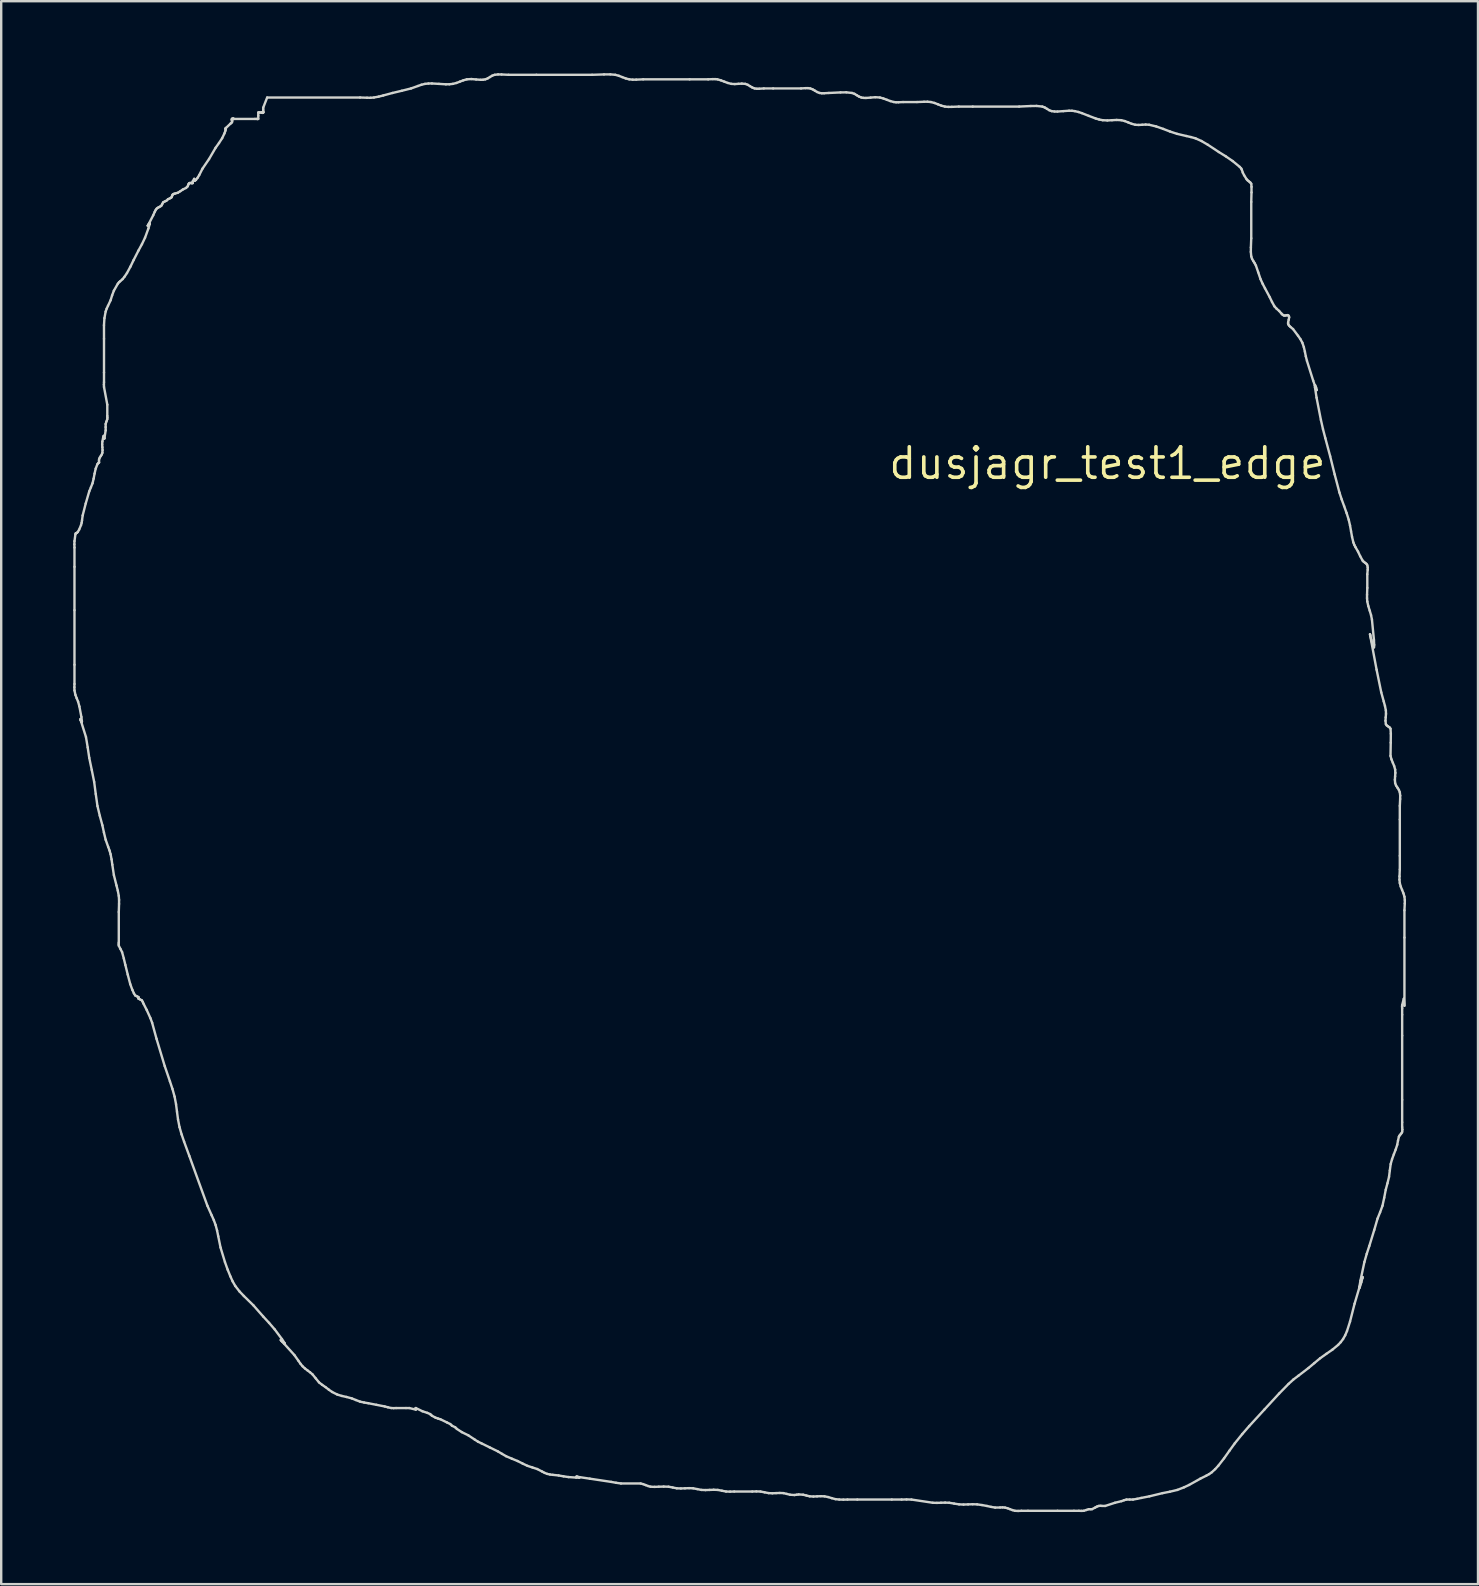
<source format=kicad_pcb>
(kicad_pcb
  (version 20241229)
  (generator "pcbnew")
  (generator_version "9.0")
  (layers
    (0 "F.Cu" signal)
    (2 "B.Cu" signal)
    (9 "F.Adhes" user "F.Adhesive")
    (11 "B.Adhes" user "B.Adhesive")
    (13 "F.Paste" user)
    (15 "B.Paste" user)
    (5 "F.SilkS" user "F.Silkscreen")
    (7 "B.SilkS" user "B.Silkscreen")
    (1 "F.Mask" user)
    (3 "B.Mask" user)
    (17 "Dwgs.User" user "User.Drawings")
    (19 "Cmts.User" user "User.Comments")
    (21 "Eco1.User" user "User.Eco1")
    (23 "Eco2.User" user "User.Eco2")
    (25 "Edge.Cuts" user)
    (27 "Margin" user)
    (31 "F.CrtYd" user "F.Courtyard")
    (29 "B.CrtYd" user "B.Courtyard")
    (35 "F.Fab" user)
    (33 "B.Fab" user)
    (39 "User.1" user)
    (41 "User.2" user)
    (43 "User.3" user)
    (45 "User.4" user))
  (footprint "dusjagr_test1_edge"
    (layer "F.Cu")
    (at 43.105 16.262)
    (property "Reference" "dusjagr_test1_edge" (at 0 0 0) (layer "F.SilkS") (effects (font (size 1.27 1.27) (thickness 0.15))))
    (attr through_hole)
    (fp_line (start -43.055 9.332) (end -43.051 9.198) (stroke (width 0.1) (type solid)) (layer "Edge.Cuts"))
    (fp_line (start -43.055 3.376) (end -43.051 3.242) (stroke (width 0.1) (type solid)) (layer "Edge.Cuts"))
    (fp_line (start -43.051 3.242) (end -43.011 2.954) (stroke (width 0.1) (type solid)) (layer "Edge.Cuts"))
    (fp_line (start -43.051 3.51) (end -43.055 3.376) (stroke (width 0.1) (type solid)) (layer "Edge.Cuts"))
    (fp_line (start -43.051 4.313) (end -43.051 3.51) (stroke (width 0.1) (type solid)) (layer "Edge.Cuts"))
    (fp_line (start -43.051 6.12) (end -43.051 4.313) (stroke (width 0.1) (type solid)) (layer "Edge.Cuts"))
    (fp_line (start -43.051 8.395) (end -43.051 6.12) (stroke (width 0.1) (type solid)) (layer "Edge.Cuts"))
    (fp_line (start -43.051 9.198) (end -43.051 8.395) (stroke (width 0.1) (type solid)) (layer "Edge.Cuts"))
    (fp_line (start -43.051 9.465) (end -43.055 9.332) (stroke (width 0.1) (type solid)) (layer "Edge.Cuts"))
    (fp_line (start -43.012 9.65) (end -43.051 9.465) (stroke (width 0.1) (type solid)) (layer "Edge.Cuts"))
    (fp_line (start -43.011 2.954) (end -42.996 2.915) (stroke (width 0.1) (type solid)) (layer "Edge.Cuts"))
    (fp_line (start -42.996 2.915) (end -42.977 2.907) (stroke (width 0.1) (type solid)) (layer "Edge.Cuts"))
    (fp_line (start -42.977 2.907) (end -42.951 2.899) (stroke (width 0.1) (type solid)) (layer "Edge.Cuts"))
    (fp_line (start -42.959 9.79) (end -43.012 9.65) (stroke (width 0.1) (type solid)) (layer "Edge.Cuts"))
    (fp_line (start -42.951 2.899) (end -42.912 2.86) (stroke (width 0.1) (type solid)) (layer "Edge.Cuts"))
    (fp_line (start -42.912 2.86) (end -42.856 2.762) (stroke (width 0.1) (type solid)) (layer "Edge.Cuts"))
    (fp_line (start -42.9 9.935) (end -42.959 9.79) (stroke (width 0.1) (type solid)) (layer "Edge.Cuts"))
    (fp_line (start -42.856 2.762) (end -42.777 2.573) (stroke (width 0.1) (type solid)) (layer "Edge.Cuts"))
    (fp_line (start -42.846 10.134) (end -42.9 9.935) (stroke (width 0.1) (type solid)) (layer "Edge.Cuts"))
    (fp_line (start -42.805 10.664) (end -42.786 10.717) (stroke (width 0.1) (type solid)) (layer "Edge.Cuts"))
    (fp_line (start -42.792 10.704) (end -42.805 10.664) (stroke (width 0.1) (type solid)) (layer "Edge.Cuts"))
    (fp_line (start -42.786 10.717) (end -42.757 10.776) (stroke (width 0.1) (type solid)) (layer "Edge.Cuts"))
    (fp_line (start -42.777 2.573) (end -42.751 2.475) (stroke (width 0.1) (type solid)) (layer "Edge.Cuts"))
    (fp_line (start -42.763 10.571) (end -42.846 10.134) (stroke (width 0.1) (type solid)) (layer "Edge.Cuts"))
    (fp_line (start -42.757 10.776) (end -42.746 10.781) (stroke (width 0.1) (type solid)) (layer "Edge.Cuts"))
    (fp_line (start -42.751 2.475) (end -42.736 2.374) (stroke (width 0.1) (type solid)) (layer "Edge.Cuts"))
    (fp_line (start -42.746 10.781) (end -42.741 10.756) (stroke (width 0.1) (type solid)) (layer "Edge.Cuts"))
    (fp_line (start -42.741 10.756) (end -42.763 10.571) (stroke (width 0.1) (type solid)) (layer "Edge.Cuts"))
    (fp_line (start -42.736 2.374) (end -42.709 2.172) (stroke (width 0.1) (type solid)) (layer "Edge.Cuts"))
    (fp_line (start -42.709 2.172) (end -42.582 1.674) (stroke (width 0.1) (type solid)) (layer "Edge.Cuts"))
    (fp_line (start -42.582 1.674) (end -42.435 1.168) (stroke (width 0.1) (type solid)) (layer "Edge.Cuts"))
    (fp_line (start -42.572 11.406) (end -42.792 10.704) (stroke (width 0.1) (type solid)) (layer "Edge.Cuts"))
    (fp_line (start -42.5 11.84) (end -42.572 11.406) (stroke (width 0.1) (type solid)) (layer "Edge.Cuts"))
    (fp_line (start -42.435 1.168) (end -42.366 1.001) (stroke (width 0.1) (type solid)) (layer "Edge.Cuts"))
    (fp_line (start -42.435 12.276) (end -42.5 11.84) (stroke (width 0.1) (type solid)) (layer "Edge.Cuts"))
    (fp_line (start -42.366 1.001) (end -42.299 0.833) (stroke (width 0.1) (type solid)) (layer "Edge.Cuts"))
    (fp_line (start -42.331 12.777) (end -42.435 12.276) (stroke (width 0.1) (type solid)) (layer "Edge.Cuts"))
    (fp_line (start -42.299 0.833) (end -42.252 0.637) (stroke (width 0.1) (type solid)) (layer "Edge.Cuts"))
    (fp_line (start -42.252 0.637) (end -42.213 0.428) (stroke (width 0.1) (type solid)) (layer "Edge.Cuts"))
    (fp_line (start -42.23 13.279) (end -42.331 12.777) (stroke (width 0.1) (type solid)) (layer "Edge.Cuts"))
    (fp_line (start -42.213 0.428) (end -42.166 0.221) (stroke (width 0.1) (type solid)) (layer "Edge.Cuts"))
    (fp_line (start -42.166 0.221) (end -42.093 0.03) (stroke (width 0.1) (type solid)) (layer "Edge.Cuts"))
    (fp_line (start -42.164 13.782) (end -42.23 13.279) (stroke (width 0.1) (type solid)) (layer "Edge.Cuts"))
    (fp_line (start -42.093 0.03) (end -42.062 -0.005) (stroke (width 0.1) (type solid)) (layer "Edge.Cuts"))
    (fp_line (start -42.093 14.283) (end -42.164 13.782) (stroke (width 0.1) (type solid)) (layer "Edge.Cuts"))
    (fp_line (start -42.062 -0.005) (end -42.025 -0.036) (stroke (width 0.1) (type solid)) (layer "Edge.Cuts"))
    (fp_line (start -42.029 -0.104) (end -42.025 -0.17) (stroke (width 0.1) (type solid)) (layer "Edge.Cuts"))
    (fp_line (start -42.025 -0.17) (end -41.996 -0.239) (stroke (width 0.1) (type solid)) (layer "Edge.Cuts"))
    (fp_line (start -42.025 -0.036) (end -42.029 -0.104) (stroke (width 0.1) (type solid)) (layer "Edge.Cuts"))
    (fp_line (start -41.996 14.686) (end -42.093 14.283) (stroke (width 0.1) (type solid)) (layer "Edge.Cuts"))
    (fp_line (start -41.996 -0.239) (end -41.954 -0.304) (stroke (width 0.1) (type solid)) (layer "Edge.Cuts"))
    (fp_line (start -41.954 -0.304) (end -41.913 -0.368) (stroke (width 0.1) (type solid)) (layer "Edge.Cuts"))
    (fp_line (start -41.913 -0.368) (end -41.888 -0.438) (stroke (width 0.1) (type solid)) (layer "Edge.Cuts"))
    (fp_line (start -41.896 -0.79) (end -41.888 -0.906) (stroke (width 0.1) (type solid)) (layer "Edge.Cuts"))
    (fp_line (start -41.888 -0.906) (end -41.854 -1.084) (stroke (width 0.1) (type solid)) (layer "Edge.Cuts"))
    (fp_line (start -41.888 -0.672) (end -41.896 -0.79) (stroke (width 0.1) (type solid)) (layer "Edge.Cuts"))
    (fp_line (start -41.888 -0.438) (end -41.881 -0.554) (stroke (width 0.1) (type solid)) (layer "Edge.Cuts"))
    (fp_line (start -41.888 15.086) (end -41.996 14.686) (stroke (width 0.1) (type solid)) (layer "Edge.Cuts"))
    (fp_line (start -41.881 -0.554) (end -41.888 -0.672) (stroke (width 0.1) (type solid)) (layer "Edge.Cuts"))
    (fp_line (start -41.854 -1.084) (end -41.834 -1.144) (stroke (width 0.1) (type solid)) (layer "Edge.Cuts"))
    (fp_line (start -41.834 -1.144) (end -41.823 -1.129) (stroke (width 0.1) (type solid)) (layer "Edge.Cuts"))
    (fp_line (start -41.824 -3.281) (end -41.82 -3.382) (stroke (width 0.1) (type solid)) (layer "Edge.Cuts"))
    (fp_line (start -41.823 -1.129) (end -41.817 -1.079) (stroke (width 0.1) (type solid)) (layer "Edge.Cuts"))
    (fp_line (start -41.823 15.388) (end -41.888 15.086) (stroke (width 0.1) (type solid)) (layer "Edge.Cuts"))
    (fp_line (start -41.821 -5.758) (end -41.802 -6.052) (stroke (width 0.1) (type solid)) (layer "Edge.Cuts"))
    (fp_line (start -41.82 -5.189) (end -41.821 -5.758) (stroke (width 0.1) (type solid)) (layer "Edge.Cuts"))
    (fp_line (start -41.82 -3.784) (end -41.82 -5.189) (stroke (width 0.1) (type solid)) (layer "Edge.Cuts"))
    (fp_line (start -41.82 -3.382) (end -41.82 -3.784) (stroke (width 0.1) (type solid)) (layer "Edge.Cuts"))
    (fp_line (start -41.82 -3.181) (end -41.824 -3.281) (stroke (width 0.1) (type solid)) (layer "Edge.Cuts"))
    (fp_line (start -41.817 -1.079) (end -41.811 -1.038) (stroke (width 0.1) (type solid)) (layer "Edge.Cuts"))
    (fp_line (start -41.811 -1.038) (end -41.807 -1.033) (stroke (width 0.1) (type solid)) (layer "Edge.Cuts"))
    (fp_line (start -41.807 -1.033) (end -41.802 -1.045) (stroke (width 0.1) (type solid)) (layer "Edge.Cuts"))
    (fp_line (start -41.802 -6.052) (end -41.751 -6.326) (stroke (width 0.1) (type solid)) (layer "Edge.Cuts"))
    (fp_line (start -41.802 -1.045) (end -41.751 -1.375) (stroke (width 0.1) (type solid)) (layer "Edge.Cuts"))
    (fp_line (start -41.752 -1.509) (end -41.751 -1.642) (stroke (width 0.1) (type solid)) (layer "Edge.Cuts"))
    (fp_line (start -41.751 -6.326) (end -41.709 -6.447) (stroke (width 0.1) (type solid)) (layer "Edge.Cuts"))
    (fp_line (start -41.751 -1.642) (end -41.719 -1.743) (stroke (width 0.1) (type solid)) (layer "Edge.Cuts"))
    (fp_line (start -41.751 -1.375) (end -41.752 -1.509) (stroke (width 0.1) (type solid)) (layer "Edge.Cuts"))
    (fp_line (start -41.751 15.688) (end -41.823 15.388) (stroke (width 0.1) (type solid)) (layer "Edge.Cuts"))
    (fp_line (start -41.719 -1.743) (end -41.683 -1.843) (stroke (width 0.1) (type solid)) (layer "Edge.Cuts"))
    (fp_line (start -41.709 -6.447) (end -41.655 -6.563) (stroke (width 0.1) (type solid)) (layer "Edge.Cuts"))
    (fp_line (start -41.683 -2.445) (end -41.82 -3.181) (stroke (width 0.1) (type solid)) (layer "Edge.Cuts"))
    (fp_line (start -41.683 -1.977) (end -41.683 -2.445) (stroke (width 0.1) (type solid)) (layer "Edge.Cuts"))
    (fp_line (start -41.683 -1.843) (end -41.68 -1.91) (stroke (width 0.1) (type solid)) (layer "Edge.Cuts"))
    (fp_line (start -41.68 -1.91) (end -41.683 -1.977) (stroke (width 0.1) (type solid)) (layer "Edge.Cuts"))
    (fp_line (start -41.655 -6.563) (end -41.546 -6.795) (stroke (width 0.1) (type solid)) (layer "Edge.Cuts"))
    (fp_line (start -41.645 15.989) (end -41.751 15.688) (stroke (width 0.1) (type solid)) (layer "Edge.Cuts"))
    (fp_line (start -41.59 16.138) (end -41.645 15.989) (stroke (width 0.1) (type solid)) (layer "Edge.Cuts"))
    (fp_line (start -41.546 -6.795) (end -41.483 -6.998) (stroke (width 0.1) (type solid)) (layer "Edge.Cuts"))
    (fp_line (start -41.546 16.291) (end -41.59 16.138) (stroke (width 0.1) (type solid)) (layer "Edge.Cuts"))
    (fp_line (start -41.505 16.507) (end -41.546 16.291) (stroke (width 0.1) (type solid)) (layer "Edge.Cuts"))
    (fp_line (start -41.483 -6.998) (end -41.409 -7.196) (stroke (width 0.1) (type solid)) (layer "Edge.Cuts"))
    (fp_line (start -41.474 16.725) (end -41.505 16.507) (stroke (width 0.1) (type solid)) (layer "Edge.Cuts"))
    (fp_line (start -41.409 -7.196) (end -41.242 -7.489) (stroke (width 0.1) (type solid)) (layer "Edge.Cuts"))
    (fp_line (start -41.409 17.16) (end -41.474 16.725) (stroke (width 0.1) (type solid)) (layer "Edge.Cuts"))
    (fp_line (start -41.3 17.594) (end -41.409 17.16) (stroke (width 0.1) (type solid)) (layer "Edge.Cuts"))
    (fp_line (start -41.245 17.811) (end -41.3 17.594) (stroke (width 0.1) (type solid)) (layer "Edge.Cuts"))
    (fp_line (start -41.242 -7.489) (end -41.19 -7.552) (stroke (width 0.1) (type solid)) (layer "Edge.Cuts"))
    (fp_line (start -41.209 20.039) (end -41.204 19.971) (stroke (width 0.1) (type solid)) (layer "Edge.Cuts"))
    (fp_line (start -41.204 18.03) (end -41.245 17.811) (stroke (width 0.1) (type solid)) (layer "Edge.Cuts"))
    (fp_line (start -41.204 18.7) (end -41.193 18.364) (stroke (width 0.1) (type solid)) (layer "Edge.Cuts"))
    (fp_line (start -41.204 19.971) (end -41.204 18.7) (stroke (width 0.1) (type solid)) (layer "Edge.Cuts"))
    (fp_line (start -41.204 20.105) (end -41.209 20.039) (stroke (width 0.1) (type solid)) (layer "Edge.Cuts"))
    (fp_line (start -41.193 18.364) (end -41.192 18.197) (stroke (width 0.1) (type solid)) (layer "Edge.Cuts"))
    (fp_line (start -41.192 18.197) (end -41.204 18.03) (stroke (width 0.1) (type solid)) (layer "Edge.Cuts"))
    (fp_line (start -41.19 -7.552) (end -41.146 -7.59) (stroke (width 0.1) (type solid)) (layer "Edge.Cuts"))
    (fp_line (start -41.146 -7.59) (end -41.045 -7.678) (stroke (width 0.1) (type solid)) (layer "Edge.Cuts"))
    (fp_line (start -41.136 20.239) (end -41.204 20.105) (stroke (width 0.1) (type solid)) (layer "Edge.Cuts"))
    (fp_line (start -41.067 20.372) (end -41.136 20.239) (stroke (width 0.1) (type solid)) (layer "Edge.Cuts"))
    (fp_line (start -41.045 -7.678) (end -40.969 -7.773) (stroke (width 0.1) (type solid)) (layer "Edge.Cuts"))
    (fp_line (start -40.994 20.639) (end -41.067 20.372) (stroke (width 0.1) (type solid)) (layer "Edge.Cuts"))
    (fp_line (start -40.969 -7.773) (end -40.862 -7.932) (stroke (width 0.1) (type solid)) (layer "Edge.Cuts"))
    (fp_line (start -40.93 20.908) (end -40.994 20.639) (stroke (width 0.1) (type solid)) (layer "Edge.Cuts"))
    (fp_line (start -40.862 -7.932) (end -40.719 -8.197) (stroke (width 0.1) (type solid)) (layer "Edge.Cuts"))
    (fp_line (start -40.831 21.31) (end -40.93 20.908) (stroke (width 0.1) (type solid)) (layer "Edge.Cuts"))
    (fp_line (start -40.725 21.711) (end -40.831 21.31) (stroke (width 0.1) (type solid)) (layer "Edge.Cuts"))
    (fp_line (start -40.719 -8.197) (end -40.588 -8.468) (stroke (width 0.1) (type solid)) (layer "Edge.Cuts"))
    (fp_line (start -40.637 21.949) (end -40.725 21.711) (stroke (width 0.1) (type solid)) (layer "Edge.Cuts"))
    (fp_line (start -40.588 -8.468) (end -40.383 -8.869) (stroke (width 0.1) (type solid)) (layer "Edge.Cuts"))
    (fp_line (start -40.573 22.092) (end -40.637 21.949) (stroke (width 0.1) (type solid)) (layer "Edge.Cuts"))
    (fp_line (start -40.52 22.179) (end -40.573 22.092) (stroke (width 0.1) (type solid)) (layer "Edge.Cuts"))
    (fp_line (start -40.452 22.213) (end -40.52 22.179) (stroke (width 0.1) (type solid)) (layer "Edge.Cuts"))
    (fp_line (start -40.383 -8.869) (end -40.239 -9.134) (stroke (width 0.1) (type solid)) (layer "Edge.Cuts"))
    (fp_line (start -40.383 22.246) (end -40.452 22.213) (stroke (width 0.1) (type solid)) (layer "Edge.Cuts"))
    (fp_line (start -40.383 22.279) (end -40.383 22.246) (stroke (width 0.1) (type solid)) (layer "Edge.Cuts"))
    (fp_line (start -40.383 22.313) (end -40.383 22.279) (stroke (width 0.1) (type solid)) (layer "Edge.Cuts"))
    (fp_line (start -40.315 22.346) (end -40.383 22.313) (stroke (width 0.1) (type solid)) (layer "Edge.Cuts"))
    (fp_line (start -40.246 22.38) (end -40.315 22.346) (stroke (width 0.1) (type solid)) (layer "Edge.Cuts"))
    (fp_line (start -40.239 -9.134) (end -40.11 -9.404) (stroke (width 0.1) (type solid)) (layer "Edge.Cuts"))
    (fp_line (start -40.207 22.443) (end -40.246 22.38) (stroke (width 0.1) (type solid)) (layer "Edge.Cuts"))
    (fp_line (start -40.178 22.514) (end -40.207 22.443) (stroke (width 0.1) (type solid)) (layer "Edge.Cuts"))
    (fp_line (start -40.11 -9.404) (end -39.969 -9.79) (stroke (width 0.1) (type solid)) (layer "Edge.Cuts"))
    (fp_line (start -40.041 22.781) (end -40.178 22.514) (stroke (width 0.1) (type solid)) (layer "Edge.Cuts"))
    (fp_line (start -39.995 -9.902) (end -39.989 -9.914) (stroke (width 0.1) (type solid)) (layer "Edge.Cuts"))
    (fp_line (start -39.99 -9.912) (end -39.995 -9.902) (stroke (width 0.1) (type solid)) (layer "Edge.Cuts"))
    (fp_line (start -39.989 -9.914) (end -39.768 -10.341) (stroke (width 0.1) (type solid)) (layer "Edge.Cuts"))
    (fp_line (start -39.969 -9.79) (end -39.917 -9.968) (stroke (width 0.1) (type solid)) (layer "Edge.Cuts"))
    (fp_line (start -39.958 -9.963) (end -39.99 -9.912) (stroke (width 0.1) (type solid)) (layer "Edge.Cuts"))
    (fp_line (start -39.923 -10.004) (end -39.958 -9.963) (stroke (width 0.1) (type solid)) (layer "Edge.Cuts"))
    (fp_line (start -39.917 -9.968) (end -39.914 -9.999) (stroke (width 0.1) (type solid)) (layer "Edge.Cuts"))
    (fp_line (start -39.914 -9.999) (end -39.923 -10.004) (stroke (width 0.1) (type solid)) (layer "Edge.Cuts"))
    (fp_line (start -39.885 23.126) (end -40.041 22.781) (stroke (width 0.1) (type solid)) (layer "Edge.Cuts"))
    (fp_line (start -39.813 23.321) (end -39.885 23.126) (stroke (width 0.1) (type solid)) (layer "Edge.Cuts"))
    (fp_line (start -39.768 -10.341) (end -39.707 -10.48) (stroke (width 0.1) (type solid)) (layer "Edge.Cuts"))
    (fp_line (start -39.707 -10.48) (end -39.673 -10.547) (stroke (width 0.1) (type solid)) (layer "Edge.Cuts"))
    (fp_line (start -39.673 -10.547) (end -39.631 -10.609) (stroke (width 0.1) (type solid)) (layer "Edge.Cuts"))
    (fp_line (start -39.631 -10.609) (end -39.585 -10.648) (stroke (width 0.1) (type solid)) (layer "Edge.Cuts"))
    (fp_line (start -39.631 23.986) (end -39.813 23.321) (stroke (width 0.1) (type solid)) (layer "Edge.Cuts"))
    (fp_line (start -39.585 -10.648) (end -39.53 -10.678) (stroke (width 0.1) (type solid)) (layer "Edge.Cuts"))
    (fp_line (start -39.53 -10.678) (end -39.475 -10.707) (stroke (width 0.1) (type solid)) (layer "Edge.Cuts"))
    (fp_line (start -39.475 -10.707) (end -39.426 -10.743) (stroke (width 0.1) (type solid)) (layer "Edge.Cuts"))
    (fp_line (start -39.426 -10.743) (end -39.391 -10.81) (stroke (width 0.1) (type solid)) (layer "Edge.Cuts"))
    (fp_line (start -39.391 -10.81) (end -39.357 -10.877) (stroke (width 0.1) (type solid)) (layer "Edge.Cuts"))
    (fp_line (start -39.357 -10.877) (end -39.291 -10.913) (stroke (width 0.1) (type solid)) (layer "Edge.Cuts"))
    (fp_line (start -39.291 -10.913) (end -39.22 -10.944) (stroke (width 0.1) (type solid)) (layer "Edge.Cuts"))
    (fp_line (start -39.289 25.123) (end -39.631 23.986) (stroke (width 0.1) (type solid)) (layer "Edge.Cuts"))
    (fp_line (start -39.22 -10.944) (end -39.152 -11.01) (stroke (width 0.1) (type solid)) (layer "Edge.Cuts"))
    (fp_line (start -39.152 -11.01) (end -39.081 -11.041) (stroke (width 0.1) (type solid)) (layer "Edge.Cuts"))
    (fp_line (start -39.081 -11.041) (end -39.015 -11.077) (stroke (width 0.1) (type solid)) (layer "Edge.Cuts"))
    (fp_line (start -39.073 25.756) (end -39.289 25.123) (stroke (width 0.1) (type solid)) (layer "Edge.Cuts"))
    (fp_line (start -39.015 -11.077) (end -38.995 -11.109) (stroke (width 0.1) (type solid)) (layer "Edge.Cuts"))
    (fp_line (start -38.995 -11.109) (end -38.983 -11.146) (stroke (width 0.1) (type solid)) (layer "Edge.Cuts"))
    (fp_line (start -38.983 -11.146) (end -38.97 -11.183) (stroke (width 0.1) (type solid)) (layer "Edge.Cuts"))
    (fp_line (start -38.97 -11.183) (end -38.947 -11.211) (stroke (width 0.1) (type solid)) (layer "Edge.Cuts"))
    (fp_line (start -38.968 26.073) (end -39.073 25.756) (stroke (width 0.1) (type solid)) (layer "Edge.Cuts"))
    (fp_line (start -38.947 -11.211) (end -38.899 -11.235) (stroke (width 0.1) (type solid)) (layer "Edge.Cuts"))
    (fp_line (start -38.899 -11.235) (end -38.847 -11.249) (stroke (width 0.1) (type solid)) (layer "Edge.Cuts"))
    (fp_line (start -38.878 26.395) (end -38.968 26.073) (stroke (width 0.1) (type solid)) (layer "Edge.Cuts"))
    (fp_line (start -38.847 -11.249) (end -38.742 -11.278) (stroke (width 0.1) (type solid)) (layer "Edge.Cuts"))
    (fp_line (start -38.818 26.711) (end -38.878 26.395) (stroke (width 0.1) (type solid)) (layer "Edge.Cuts"))
    (fp_line (start -38.777 27.031) (end -38.818 26.711) (stroke (width 0.1) (type solid)) (layer "Edge.Cuts"))
    (fp_line (start -38.742 -11.278) (end -38.638 -11.343) (stroke (width 0.1) (type solid)) (layer "Edge.Cuts"))
    (fp_line (start -38.735 27.35) (end -38.777 27.031) (stroke (width 0.1) (type solid)) (layer "Edge.Cuts"))
    (fp_line (start -38.673 27.666) (end -38.735 27.35) (stroke (width 0.1) (type solid)) (layer "Edge.Cuts"))
    (fp_line (start -38.638 -11.343) (end -38.536 -11.412) (stroke (width 0.1) (type solid)) (layer "Edge.Cuts"))
    (fp_line (start -38.585 27.972) (end -38.673 27.666) (stroke (width 0.1) (type solid)) (layer "Edge.Cuts"))
    (fp_line (start -38.536 -11.412) (end -38.4 -11.479) (stroke (width 0.1) (type solid)) (layer "Edge.Cuts"))
    (fp_line (start -38.482 28.272) (end -38.585 27.972) (stroke (width 0.1) (type solid)) (layer "Edge.Cuts"))
    (fp_line (start -38.4 -11.479) (end -38.331 -11.546) (stroke (width 0.1) (type solid)) (layer "Edge.Cuts"))
    (fp_line (start -38.331 -11.546) (end -38.304 -11.619) (stroke (width 0.1) (type solid)) (layer "Edge.Cuts"))
    (fp_line (start -38.304 -11.619) (end -38.288 -11.653) (stroke (width 0.1) (type solid)) (layer "Edge.Cuts"))
    (fp_line (start -38.288 -11.653) (end -38.263 -11.68) (stroke (width 0.1) (type solid)) (layer "Edge.Cuts"))
    (fp_line (start -38.263 -11.68) (end -38.231 -11.687) (stroke (width 0.1) (type solid)) (layer "Edge.Cuts"))
    (fp_line (start -38.263 28.871) (end -38.482 28.272) (stroke (width 0.1) (type solid)) (layer "Edge.Cuts"))
    (fp_line (start -38.231 -11.687) (end -38.195 -11.681) (stroke (width 0.1) (type solid)) (layer "Edge.Cuts"))
    (fp_line (start -38.195 -11.681) (end -38.159 -11.675) (stroke (width 0.1) (type solid)) (layer "Edge.Cuts"))
    (fp_line (start -38.159 -11.675) (end -38.126 -11.679) (stroke (width 0.1) (type solid)) (layer "Edge.Cuts"))
    (fp_line (start -38.126 -11.679) (end -38.119 -11.691) (stroke (width 0.1) (type solid)) (layer "Edge.Cuts"))
    (fp_line (start -38.126 -11.746) (end -38.064 -11.855) (stroke (width 0.1) (type solid)) (layer "Edge.Cuts"))
    (fp_line (start -38.122 -11.709) (end -38.126 -11.746) (stroke (width 0.1) (type solid)) (layer "Edge.Cuts"))
    (fp_line (start -38.119 -11.691) (end -38.122 -11.709) (stroke (width 0.1) (type solid)) (layer "Edge.Cuts"))
    (fp_line (start -38.064 -11.855) (end -38.057 -11.853) (stroke (width 0.1) (type solid)) (layer "Edge.Cuts"))
    (fp_line (start -38.057 -11.853) (end -38.057 -11.832) (stroke (width 0.1) (type solid)) (layer "Edge.Cuts"))
    (fp_line (start -38.057 -11.832) (end -38.05 -11.784) (stroke (width 0.1) (type solid)) (layer "Edge.Cuts"))
    (fp_line (start -38.05 -11.784) (end -38.03 -11.782) (stroke (width 0.1) (type solid)) (layer "Edge.Cuts"))
    (fp_line (start -38.03 -11.782) (end -37.989 -11.813) (stroke (width 0.1) (type solid)) (layer "Edge.Cuts"))
    (fp_line (start -37.989 -11.813) (end -37.914 -11.909) (stroke (width 0.1) (type solid)) (layer "Edge.Cuts"))
    (fp_line (start -37.914 -11.909) (end -37.852 -12.014) (stroke (width 0.1) (type solid)) (layer "Edge.Cuts"))
    (fp_line (start -37.852 -12.014) (end -37.715 -12.282) (stroke (width 0.1) (type solid)) (layer "Edge.Cuts"))
    (fp_line (start -37.715 -12.282) (end -37.442 -12.683) (stroke (width 0.1) (type solid)) (layer "Edge.Cuts"))
    (fp_line (start -37.51 30.945) (end -38.263 28.871) (stroke (width 0.1) (type solid)) (layer "Edge.Cuts"))
    (fp_line (start -37.442 -12.683) (end -37.168 -13.152) (stroke (width 0.1) (type solid)) (layer "Edge.Cuts"))
    (fp_line (start -37.332 31.344) (end -37.51 30.945) (stroke (width 0.1) (type solid)) (layer "Edge.Cuts"))
    (fp_line (start -37.243 31.544) (end -37.332 31.344) (stroke (width 0.1) (type solid)) (layer "Edge.Cuts"))
    (fp_line (start -37.168 -13.152) (end -37.027 -13.35) (stroke (width 0.1) (type solid)) (layer "Edge.Cuts"))
    (fp_line (start -37.168 31.748) (end -37.243 31.544) (stroke (width 0.1) (type solid)) (layer "Edge.Cuts"))
    (fp_line (start -37.107 31.98) (end -37.168 31.748) (stroke (width 0.1) (type solid)) (layer "Edge.Cuts"))
    (fp_line (start -37.059 32.215) (end -37.107 31.98) (stroke (width 0.1) (type solid)) (layer "Edge.Cuts"))
    (fp_line (start -37.027 -13.35) (end -36.895 -13.553) (stroke (width 0.1) (type solid)) (layer "Edge.Cuts"))
    (fp_line (start -36.963 32.685) (end -37.059 32.215) (stroke (width 0.1) (type solid)) (layer "Edge.Cuts"))
    (fp_line (start -36.895 -13.553) (end -36.801 -13.75) (stroke (width 0.1) (type solid)) (layer "Edge.Cuts"))
    (fp_line (start -36.801 -13.75) (end -36.759 -13.866) (stroke (width 0.1) (type solid)) (layer "Edge.Cuts"))
    (fp_line (start -36.78 33.289) (end -36.963 32.685) (stroke (width 0.1) (type solid)) (layer "Edge.Cuts"))
    (fp_line (start -36.759 -13.866) (end -36.75 -13.923) (stroke (width 0.1) (type solid)) (layer "Edge.Cuts"))
    (fp_line (start -36.757 -13.957) (end -36.736 -13.98) (stroke (width 0.1) (type solid)) (layer "Edge.Cuts"))
    (fp_line (start -36.755 -13.946) (end -36.757 -13.957) (stroke (width 0.1) (type solid)) (layer "Edge.Cuts"))
    (fp_line (start -36.75 -13.923) (end -36.755 -13.946) (stroke (width 0.1) (type solid)) (layer "Edge.Cuts"))
    (fp_line (start -36.736 -13.98) (end -36.553 -14.155) (stroke (width 0.1) (type solid)) (layer "Edge.Cuts"))
    (fp_line (start -36.666 33.608) (end -36.78 33.289) (stroke (width 0.1) (type solid)) (layer "Edge.Cuts"))
    (fp_line (start -36.553 -14.155) (end -36.515 -14.186) (stroke (width 0.1) (type solid)) (layer "Edge.Cuts"))
    (fp_line (start -36.552 33.889) (end -36.666 33.608) (stroke (width 0.1) (type solid)) (layer "Edge.Cuts"))
    (fp_line (start -36.515 -14.186) (end -36.484 -14.222) (stroke (width 0.1) (type solid)) (layer "Edge.Cuts"))
    (fp_line (start -36.495 -14.327) (end -36.484 -14.356) (stroke (width 0.1) (type solid)) (layer "Edge.Cuts"))
    (fp_line (start -36.489 -14.292) (end -36.495 -14.327) (stroke (width 0.1) (type solid)) (layer "Edge.Cuts"))
    (fp_line (start -36.484 -14.356) (end -35.527 -14.356) (stroke (width 0.1) (type solid)) (layer "Edge.Cuts"))
    (fp_line (start -36.484 -14.222) (end -36.48 -14.255) (stroke (width 0.1) (type solid)) (layer "Edge.Cuts"))
    (fp_line (start -36.484 -14.356) (end -36.444 -14.37) (stroke (width 0.1) (type solid)) (layer "Edge.Cuts"))
    (fp_line (start -36.483 -14.353) (end -36.484 -14.356) (stroke (width 0.1) (type solid)) (layer "Edge.Cuts"))
    (fp_line (start -36.48 -14.255) (end -36.489 -14.292) (stroke (width 0.1) (type solid)) (layer "Edge.Cuts"))
    (fp_line (start -36.459 34.095) (end -36.552 33.889) (stroke (width 0.1) (type solid)) (layer "Edge.Cuts"))
    (fp_line (start -36.459 -14.348) (end -36.483 -14.353) (stroke (width 0.1) (type solid)) (layer "Edge.Cuts"))
    (fp_line (start -36.444 -14.37) (end -36.424 -14.368) (stroke (width 0.1) (type solid)) (layer "Edge.Cuts"))
    (fp_line (start -36.43 -14.347) (end -36.459 -14.348) (stroke (width 0.1) (type solid)) (layer "Edge.Cuts"))
    (fp_line (start -36.424 -14.368) (end -36.416 -14.356) (stroke (width 0.1) (type solid)) (layer "Edge.Cuts"))
    (fp_line (start -36.416 -14.356) (end -36.43 -14.347) (stroke (width 0.1) (type solid)) (layer "Edge.Cuts"))
    (fp_line (start -36.347 34.291) (end -36.459 34.095) (stroke (width 0.1) (type solid)) (layer "Edge.Cuts"))
    (fp_line (start -36.172 34.516) (end -36.347 34.291) (stroke (width 0.1) (type solid)) (layer "Edge.Cuts"))
    (fp_line (start -35.99 34.707) (end -36.172 34.516) (stroke (width 0.1) (type solid)) (layer "Edge.Cuts"))
    (fp_line (start -35.595 35.094) (end -35.99 34.707) (stroke (width 0.1) (type solid)) (layer "Edge.Cuts"))
    (fp_line (start -35.527 -14.356) (end -35.458 -14.356) (stroke (width 0.1) (type solid)) (layer "Edge.Cuts"))
    (fp_line (start -35.458 -14.356) (end -35.421 -14.35) (stroke (width 0.1) (type solid)) (layer "Edge.Cuts"))
    (fp_line (start -35.421 -14.35) (end -35.39 -14.356) (stroke (width 0.1) (type solid)) (layer "Edge.Cuts"))
    (fp_line (start -35.39 -14.624) (end -35.358 -14.629) (stroke (width 0.1) (type solid)) (layer "Edge.Cuts"))
    (fp_line (start -35.39 -14.49) (end -35.39 -14.624) (stroke (width 0.1) (type solid)) (layer "Edge.Cuts"))
    (fp_line (start -35.39 -14.356) (end -35.39 -14.49) (stroke (width 0.1) (type solid)) (layer "Edge.Cuts"))
    (fp_line (start -35.358 -14.629) (end -35.321 -14.624) (stroke (width 0.1) (type solid)) (layer "Edge.Cuts"))
    (fp_line (start -35.321 -14.624) (end -35.253 -14.624) (stroke (width 0.1) (type solid)) (layer "Edge.Cuts"))
    (fp_line (start -35.253 -14.624) (end -35.21 -14.632) (stroke (width 0.1) (type solid)) (layer "Edge.Cuts"))
    (fp_line (start -35.253 -14.624) (end -35.245 -14.631) (stroke (width 0.1) (type solid)) (layer "Edge.Cuts"))
    (fp_line (start -35.245 -14.631) (end -35.225 -14.626) (stroke (width 0.1) (type solid)) (layer "Edge.Cuts"))
    (fp_line (start -35.242 -14.611) (end -35.253 -14.624) (stroke (width 0.1) (type solid)) (layer "Edge.Cuts"))
    (fp_line (start -35.225 -14.626) (end -35.185 -14.624) (stroke (width 0.1) (type solid)) (layer "Edge.Cuts"))
    (fp_line (start -35.219 -14.607) (end -35.242 -14.611) (stroke (width 0.1) (type solid)) (layer "Edge.Cuts"))
    (fp_line (start -35.21 -14.632) (end -35.192 -14.633) (stroke (width 0.1) (type solid)) (layer "Edge.Cuts"))
    (fp_line (start -35.195 -14.611) (end -35.219 -14.607) (stroke (width 0.1) (type solid)) (layer "Edge.Cuts"))
    (fp_line (start -35.192 -14.633) (end -35.185 -14.624) (stroke (width 0.1) (type solid)) (layer "Edge.Cuts"))
    (fp_line (start -35.185 -14.824) (end -35.019 -15.248) (stroke (width 0.1) (type solid)) (layer "Edge.Cuts"))
    (fp_line (start -35.185 -14.758) (end -35.185 -14.824) (stroke (width 0.1) (type solid)) (layer "Edge.Cuts"))
    (fp_line (start -35.185 -14.691) (end -35.185 -14.758) (stroke (width 0.1) (type solid)) (layer "Edge.Cuts"))
    (fp_line (start -35.185 -14.624) (end -35.179 -14.655) (stroke (width 0.1) (type solid)) (layer "Edge.Cuts"))
    (fp_line (start -35.185 -14.624) (end -35.195 -14.611) (stroke (width 0.1) (type solid)) (layer "Edge.Cuts"))
    (fp_line (start -35.184 35.562) (end -35.595 35.094) (stroke (width 0.1) (type solid)) (layer "Edge.Cuts"))
    (fp_line (start -35.179 -14.655) (end -35.185 -14.691) (stroke (width 0.1) (type solid)) (layer "Edge.Cuts"))
    (fp_line (start -35.019 -15.248) (end -31.149 -15.248) (stroke (width 0.1) (type solid)) (layer "Edge.Cuts"))
    (fp_line (start -34.94 35.826) (end -35.184 35.562) (stroke (width 0.1) (type solid)) (layer "Edge.Cuts"))
    (fp_line (start -34.706 36.097) (end -34.94 35.826) (stroke (width 0.1) (type solid)) (layer "Edge.Cuts"))
    (fp_line (start -34.451 36.541) (end -34.446 36.548) (stroke (width 0.1) (type solid)) (layer "Edge.Cuts"))
    (fp_line (start -34.446 36.548) (end -34.383 36.614) (stroke (width 0.1) (type solid)) (layer "Edge.Cuts"))
    (fp_line (start -34.429 36.565) (end -34.451 36.541) (stroke (width 0.1) (type solid)) (layer "Edge.Cuts"))
    (fp_line (start -34.402 36.504) (end -34.706 36.097) (stroke (width 0.1) (type solid)) (layer "Edge.Cuts"))
    (fp_line (start -34.383 36.614) (end -34.309 36.682) (stroke (width 0.1) (type solid)) (layer "Edge.Cuts"))
    (fp_line (start -34.309 36.682) (end -34.289 36.692) (stroke (width 0.1) (type solid)) (layer "Edge.Cuts"))
    (fp_line (start -34.293 36.672) (end -34.402 36.504) (stroke (width 0.1) (type solid)) (layer "Edge.Cuts"))
    (fp_line (start -34.289 36.692) (end -34.293 36.672) (stroke (width 0.1) (type solid)) (layer "Edge.Cuts"))
    (fp_line (start -33.885 37.168) (end -34.429 36.565) (stroke (width 0.1) (type solid)) (layer "Edge.Cuts"))
    (fp_line (start -33.717 37.405) (end -33.885 37.168) (stroke (width 0.1) (type solid)) (layer "Edge.Cuts"))
    (fp_line (start -33.635 37.525) (end -33.717 37.405) (stroke (width 0.1) (type solid)) (layer "Edge.Cuts"))
    (fp_line (start -33.543 37.636) (end -33.635 37.525) (stroke (width 0.1) (type solid)) (layer "Edge.Cuts"))
    (fp_line (start -33.445 37.726) (end -33.543 37.636) (stroke (width 0.1) (type solid)) (layer "Edge.Cuts"))
    (fp_line (start -33.339 37.806) (end -33.445 37.726) (stroke (width 0.1) (type solid)) (layer "Edge.Cuts"))
    (fp_line (start -33.233 37.885) (end -33.339 37.806) (stroke (width 0.1) (type solid)) (layer "Edge.Cuts"))
    (fp_line (start -33.132 37.971) (end -33.233 37.885) (stroke (width 0.1) (type solid)) (layer "Edge.Cuts"))
    (fp_line (start -32.995 38.138) (end -33.132 37.971) (stroke (width 0.1) (type solid)) (layer "Edge.Cuts"))
    (fp_line (start -32.859 38.306) (end -32.995 38.138) (stroke (width 0.1) (type solid)) (layer "Edge.Cuts"))
    (fp_line (start -32.726 38.41) (end -32.859 38.306) (stroke (width 0.1) (type solid)) (layer "Edge.Cuts"))
    (fp_line (start -32.585 38.506) (end -32.726 38.41) (stroke (width 0.1) (type solid)) (layer "Edge.Cuts"))
    (fp_line (start -32.45 38.61) (end -32.585 38.506) (stroke (width 0.1) (type solid)) (layer "Edge.Cuts"))
    (fp_line (start -32.311 38.707) (end -32.45 38.61) (stroke (width 0.1) (type solid)) (layer "Edge.Cuts"))
    (fp_line (start -32.1 38.813) (end -32.311 38.707) (stroke (width 0.1) (type solid)) (layer "Edge.Cuts"))
    (fp_line (start -31.906 38.872) (end -32.1 38.813) (stroke (width 0.1) (type solid)) (layer "Edge.Cuts"))
    (fp_line (start -31.71 38.915) (end -31.906 38.872) (stroke (width 0.1) (type solid)) (layer "Edge.Cuts"))
    (fp_line (start -31.49 38.975) (end -31.71 38.915) (stroke (width 0.1) (type solid)) (layer "Edge.Cuts"))
    (fp_line (start -31.32 39.043) (end -31.49 38.975) (stroke (width 0.1) (type solid)) (layer "Edge.Cuts"))
    (fp_line (start -31.149 -15.248) (end -30.858 -15.238) (stroke (width 0.1) (type solid)) (layer "Edge.Cuts"))
    (fp_line (start -31.148 39.109) (end -31.32 39.043) (stroke (width 0.1) (type solid)) (layer "Edge.Cuts"))
    (fp_line (start -30.978 39.146) (end -31.148 39.109) (stroke (width 0.1) (type solid)) (layer "Edge.Cuts"))
    (fp_line (start -30.858 -15.238) (end -30.713 -15.236) (stroke (width 0.1) (type solid)) (layer "Edge.Cuts"))
    (fp_line (start -30.806 39.175) (end -30.978 39.146) (stroke (width 0.1) (type solid)) (layer "Edge.Cuts"))
    (fp_line (start -30.713 -15.236) (end -30.569 -15.248) (stroke (width 0.1) (type solid)) (layer "Edge.Cuts"))
    (fp_line (start -30.569 -15.248) (end -30.373 -15.284) (stroke (width 0.1) (type solid)) (layer "Edge.Cuts"))
    (fp_line (start -30.464 39.242) (end -30.806 39.175) (stroke (width 0.1) (type solid)) (layer "Edge.Cuts"))
    (fp_line (start -30.373 -15.284) (end -30.18 -15.333) (stroke (width 0.1) (type solid)) (layer "Edge.Cuts"))
    (fp_line (start -30.18 -15.333) (end -29.795 -15.437) (stroke (width 0.1) (type solid)) (layer "Edge.Cuts"))
    (fp_line (start -30.122 39.309) (end -30.464 39.242) (stroke (width 0.1) (type solid)) (layer "Edge.Cuts"))
    (fp_line (start -29.986 39.345) (end -30.122 39.309) (stroke (width 0.1) (type solid)) (layer "Edge.Cuts"))
    (fp_line (start -29.849 39.376) (end -29.986 39.345) (stroke (width 0.1) (type solid)) (layer "Edge.Cuts"))
    (fp_line (start -29.795 -15.437) (end -29.407 -15.529) (stroke (width 0.1) (type solid)) (layer "Edge.Cuts"))
    (fp_line (start -29.746 39.38) (end -29.849 39.376) (stroke (width 0.1) (type solid)) (layer "Edge.Cuts"))
    (fp_line (start -29.644 39.376) (end -29.746 39.38) (stroke (width 0.1) (type solid)) (layer "Edge.Cuts"))
    (fp_line (start -29.407 -15.529) (end -29.021 -15.626) (stroke (width 0.1) (type solid)) (layer "Edge.Cuts"))
    (fp_line (start -29.233 39.376) (end -29.644 39.376) (stroke (width 0.1) (type solid)) (layer "Edge.Cuts"))
    (fp_line (start -29.096 39.376) (end -29.233 39.376) (stroke (width 0.1) (type solid)) (layer "Edge.Cuts"))
    (fp_line (start -29.021 -15.626) (end -28.733 -15.729) (stroke (width 0.1) (type solid)) (layer "Edge.Cuts"))
    (fp_line (start -28.832 39.384) (end -28.831 39.401) (stroke (width 0.1) (type solid)) (layer "Edge.Cuts"))
    (fp_line (start -28.831 39.401) (end -28.823 39.443) (stroke (width 0.1) (type solid)) (layer "Edge.Cuts"))
    (fp_line (start -28.823 39.376) (end -28.832 39.384) (stroke (width 0.1) (type solid)) (layer "Edge.Cuts"))
    (fp_line (start -28.823 39.443) (end -29.096 39.376) (stroke (width 0.1) (type solid)) (layer "Edge.Cuts"))
    (fp_line (start -28.733 -15.729) (end -28.589 -15.78) (stroke (width 0.1) (type solid)) (layer "Edge.Cuts"))
    (fp_line (start -28.589 -15.78) (end -28.441 -15.816) (stroke (width 0.1) (type solid)) (layer "Edge.Cuts"))
    (fp_line (start -28.549 39.51) (end -28.823 39.376) (stroke (width 0.1) (type solid)) (layer "Edge.Cuts"))
    (fp_line (start -28.441 -15.816) (end -28.297 -15.831) (stroke (width 0.1) (type solid)) (layer "Edge.Cuts"))
    (fp_line (start -28.344 39.577) (end -28.549 39.51) (stroke (width 0.1) (type solid)) (layer "Edge.Cuts"))
    (fp_line (start -28.297 -15.831) (end -28.152 -15.833) (stroke (width 0.1) (type solid)) (layer "Edge.Cuts"))
    (fp_line (start -28.228 39.628) (end -28.344 39.577) (stroke (width 0.1) (type solid)) (layer "Edge.Cuts"))
    (fp_line (start -28.197 39.656) (end -28.228 39.628) (stroke (width 0.1) (type solid)) (layer "Edge.Cuts"))
    (fp_line (start -28.155 39.694) (end -28.197 39.656) (stroke (width 0.1) (type solid)) (layer "Edge.Cuts"))
    (fp_line (start -28.152 -15.833) (end -27.86 -15.816) (stroke (width 0.1) (type solid)) (layer "Edge.Cuts"))
    (fp_line (start -28.002 39.778) (end -28.155 39.694) (stroke (width 0.1) (type solid)) (layer "Edge.Cuts"))
    (fp_line (start -27.9 39.813) (end -28.002 39.778) (stroke (width 0.1) (type solid)) (layer "Edge.Cuts"))
    (fp_line (start -27.86 -15.816) (end -27.569 -15.798) (stroke (width 0.1) (type solid)) (layer "Edge.Cuts"))
    (fp_line (start -27.797 39.844) (end -27.9 39.813) (stroke (width 0.1) (type solid)) (layer "Edge.Cuts"))
    (fp_line (start -27.569 -15.798) (end -27.424 -15.8) (stroke (width 0.1) (type solid)) (layer "Edge.Cuts"))
    (fp_line (start -27.523 39.978) (end -27.797 39.844) (stroke (width 0.1) (type solid)) (layer "Edge.Cuts"))
    (fp_line (start -27.424 -15.8) (end -27.28 -15.816) (stroke (width 0.1) (type solid)) (layer "Edge.Cuts"))
    (fp_line (start -27.386 40.045) (end -27.523 39.978) (stroke (width 0.1) (type solid)) (layer "Edge.Cuts"))
    (fp_line (start -27.318 40.112) (end -27.386 40.045) (stroke (width 0.1) (type solid)) (layer "Edge.Cuts"))
    (fp_line (start -27.28 -15.816) (end -27.132 -15.854) (stroke (width 0.1) (type solid)) (layer "Edge.Cuts"))
    (fp_line (start -27.181 40.179) (end -27.318 40.112) (stroke (width 0.1) (type solid)) (layer "Edge.Cuts"))
    (fp_line (start -27.132 -15.854) (end -26.989 -15.908) (stroke (width 0.1) (type solid)) (layer "Edge.Cuts"))
    (fp_line (start -27.113 40.246) (end -27.181 40.179) (stroke (width 0.1) (type solid)) (layer "Edge.Cuts"))
    (fp_line (start -26.989 -15.908) (end -26.846 -15.963) (stroke (width 0.1) (type solid)) (layer "Edge.Cuts"))
    (fp_line (start -26.907 40.38) (end -27.113 40.246) (stroke (width 0.1) (type solid)) (layer "Edge.Cuts"))
    (fp_line (start -26.846 -15.963) (end -26.699 -16.005) (stroke (width 0.1) (type solid)) (layer "Edge.Cuts"))
    (fp_line (start -26.699 -16.005) (end -26.507 -16.017) (stroke (width 0.1) (type solid)) (layer "Edge.Cuts"))
    (fp_line (start -26.634 40.514) (end -26.907 40.38) (stroke (width 0.1) (type solid)) (layer "Edge.Cuts"))
    (fp_line (start -26.507 -16.017) (end -26.311 -16) (stroke (width 0.1) (type solid)) (layer "Edge.Cuts"))
    (fp_line (start -26.367 40.691) (end -26.634 40.514) (stroke (width 0.1) (type solid)) (layer "Edge.Cuts"))
    (fp_line (start -26.311 -16) (end -26.116 -15.986) (stroke (width 0.1) (type solid)) (layer "Edge.Cuts"))
    (fp_line (start -26.232 40.778) (end -26.367 40.691) (stroke (width 0.1) (type solid)) (layer "Edge.Cuts"))
    (fp_line (start -26.116 -15.986) (end -26.02 -15.989) (stroke (width 0.1) (type solid)) (layer "Edge.Cuts"))
    (fp_line (start -26.087 40.848) (end -26.232 40.778) (stroke (width 0.1) (type solid)) (layer "Edge.Cuts"))
    (fp_line (start -26.02 -15.989) (end -25.925 -16.005) (stroke (width 0.1) (type solid)) (layer "Edge.Cuts"))
    (fp_line (start -25.925 -16.005) (end -25.826 -16.045) (stroke (width 0.1) (type solid)) (layer "Edge.Cuts"))
    (fp_line (start -25.826 -16.045) (end -25.733 -16.102) (stroke (width 0.1) (type solid)) (layer "Edge.Cuts"))
    (fp_line (start -25.745 41.016) (end -26.087 40.848) (stroke (width 0.1) (type solid)) (layer "Edge.Cuts"))
    (fp_line (start -25.733 -16.102) (end -25.639 -16.158) (stroke (width 0.1) (type solid)) (layer "Edge.Cuts"))
    (fp_line (start -25.639 -16.158) (end -25.538 -16.194) (stroke (width 0.1) (type solid)) (layer "Edge.Cuts"))
    (fp_line (start -25.538 -16.194) (end -25.395 -16.21) (stroke (width 0.1) (type solid)) (layer "Edge.Cuts"))
    (fp_line (start -25.403 41.183) (end -25.745 41.016) (stroke (width 0.1) (type solid)) (layer "Edge.Cuts"))
    (fp_line (start -25.395 -16.21) (end -25.25 -16.208) (stroke (width 0.1) (type solid)) (layer "Edge.Cuts"))
    (fp_line (start -25.25 -16.208) (end -24.958 -16.194) (stroke (width 0.1) (type solid)) (layer "Edge.Cuts"))
    (fp_line (start -25.232 41.285) (end -25.403 41.183) (stroke (width 0.1) (type solid)) (layer "Edge.Cuts"))
    (fp_line (start -25.061 41.384) (end -25.232 41.285) (stroke (width 0.1) (type solid)) (layer "Edge.Cuts"))
    (fp_line (start -24.958 -16.194) (end -23.797 -16.194) (stroke (width 0.1) (type solid)) (layer "Edge.Cuts"))
    (fp_line (start -24.822 41.486) (end -25.061 41.384) (stroke (width 0.1) (type solid)) (layer "Edge.Cuts"))
    (fp_line (start -24.582 41.584) (end -24.822 41.486) (stroke (width 0.1) (type solid)) (layer "Edge.Cuts"))
    (fp_line (start -24.377 41.687) (end -24.582 41.584) (stroke (width 0.1) (type solid)) (layer "Edge.Cuts"))
    (fp_line (start -24.171 41.785) (end -24.377 41.687) (stroke (width 0.1) (type solid)) (layer "Edge.Cuts"))
    (fp_line (start -23.966 41.852) (end -24.171 41.785) (stroke (width 0.1) (type solid)) (layer "Edge.Cuts"))
    (fp_line (start -23.797 -16.194) (end -21.475 -16.194) (stroke (width 0.1) (type solid)) (layer "Edge.Cuts"))
    (fp_line (start -23.761 41.919) (end -23.966 41.852) (stroke (width 0.1) (type solid)) (layer "Edge.Cuts"))
    (fp_line (start -23.557 42.024) (end -23.761 41.919) (stroke (width 0.1) (type solid)) (layer "Edge.Cuts"))
    (fp_line (start -23.456 42.078) (end -23.557 42.024) (stroke (width 0.1) (type solid)) (layer "Edge.Cuts"))
    (fp_line (start -23.35 42.12) (end -23.456 42.078) (stroke (width 0.1) (type solid)) (layer "Edge.Cuts"))
    (fp_line (start -23.233 42.146) (end -23.35 42.12) (stroke (width 0.1) (type solid)) (layer "Edge.Cuts"))
    (fp_line (start -23.113 42.161) (end -23.233 42.146) (stroke (width 0.1) (type solid)) (layer "Edge.Cuts"))
    (fp_line (start -22.872 42.186) (end -23.113 42.161) (stroke (width 0.1) (type solid)) (layer "Edge.Cuts"))
    (fp_line (start -22.667 42.223) (end -22.872 42.186) (stroke (width 0.1) (type solid)) (layer "Edge.Cuts"))
    (fp_line (start -22.461 42.253) (end -22.667 42.223) (stroke (width 0.1) (type solid)) (layer "Edge.Cuts"))
    (fp_line (start -22.142 42.275) (end -22.461 42.253) (stroke (width 0.1) (type solid)) (layer "Edge.Cuts"))
    (fp_line (start -22.126 42.236) (end -22.124 42.237) (stroke (width 0.1) (type solid)) (layer "Edge.Cuts"))
    (fp_line (start -22.124 42.237) (end -22.072 42.248) (stroke (width 0.1) (type solid)) (layer "Edge.Cuts"))
    (fp_line (start -22.102 42.24) (end -22.126 42.236) (stroke (width 0.1) (type solid)) (layer "Edge.Cuts"))
    (fp_line (start -22.072 42.248) (end -22.014 42.264) (stroke (width 0.1) (type solid)) (layer "Edge.Cuts"))
    (fp_line (start -22.015 42.276) (end -22.142 42.275) (stroke (width 0.1) (type solid)) (layer "Edge.Cuts"))
    (fp_line (start -22.014 42.264) (end -22.003 42.271) (stroke (width 0.1) (type solid)) (layer "Edge.Cuts"))
    (fp_line (start -22.003 42.271) (end -22.015 42.276) (stroke (width 0.1) (type solid)) (layer "Edge.Cuts"))
    (fp_line (start -21.572 42.32) (end -22.102 42.24) (stroke (width 0.1) (type solid)) (layer "Edge.Cuts"))
    (fp_line (start -21.475 -16.194) (end -20.979 -16.21) (stroke (width 0.1) (type solid)) (layer "Edge.Cuts"))
    (fp_line (start -20.979 -16.21) (end -20.716 -16.212) (stroke (width 0.1) (type solid)) (layer "Edge.Cuts"))
    (fp_line (start -20.716 -16.212) (end -20.508 -16.194) (stroke (width 0.1) (type solid)) (layer "Edge.Cuts"))
    (fp_line (start -20.683 42.454) (end -21.572 42.32) (stroke (width 0.1) (type solid)) (layer "Edge.Cuts"))
    (fp_line (start -20.508 -16.194) (end -20.361 -16.153) (stroke (width 0.1) (type solid)) (layer "Edge.Cuts"))
    (fp_line (start -20.478 42.491) (end -20.683 42.454) (stroke (width 0.1) (type solid)) (layer "Edge.Cuts"))
    (fp_line (start -20.361 -16.153) (end -20.218 -16.097) (stroke (width 0.1) (type solid)) (layer "Edge.Cuts"))
    (fp_line (start -20.272 42.521) (end -20.478 42.491) (stroke (width 0.1) (type solid)) (layer "Edge.Cuts"))
    (fp_line (start -20.218 -16.097) (end -20.075 -16.043) (stroke (width 0.1) (type solid)) (layer "Edge.Cuts"))
    (fp_line (start -20.075 -16.043) (end -19.928 -16.005) (stroke (width 0.1) (type solid)) (layer "Edge.Cuts"))
    (fp_line (start -19.928 -16.005) (end -19.784 -15.992) (stroke (width 0.1) (type solid)) (layer "Edge.Cuts"))
    (fp_line (start -19.784 -15.992) (end -19.638 -15.993) (stroke (width 0.1) (type solid)) (layer "Edge.Cuts"))
    (fp_line (start -19.638 -15.993) (end -19.347 -16.005) (stroke (width 0.1) (type solid)) (layer "Edge.Cuts"))
    (fp_line (start -19.451 42.521) (end -20.272 42.521) (stroke (width 0.1) (type solid)) (layer "Edge.Cuts"))
    (fp_line (start -19.347 -16.005) (end -17.412 -16.005) (stroke (width 0.1) (type solid)) (layer "Edge.Cuts"))
    (fp_line (start -19.347 42.548) (end -19.451 42.521) (stroke (width 0.1) (type solid)) (layer "Edge.Cuts"))
    (fp_line (start -19.246 42.587) (end -19.347 42.548) (stroke (width 0.1) (type solid)) (layer "Edge.Cuts"))
    (fp_line (start -19.145 42.626) (end -19.246 42.587) (stroke (width 0.1) (type solid)) (layer "Edge.Cuts"))
    (fp_line (start -19.041 42.655) (end -19.145 42.626) (stroke (width 0.1) (type solid)) (layer "Edge.Cuts"))
    (fp_line (start -18.871 42.662) (end -19.041 42.655) (stroke (width 0.1) (type solid)) (layer "Edge.Cuts"))
    (fp_line (start -18.699 42.655) (end -18.871 42.662) (stroke (width 0.1) (type solid)) (layer "Edge.Cuts"))
    (fp_line (start -18.493 42.65) (end -18.699 42.655) (stroke (width 0.1) (type solid)) (layer "Edge.Cuts"))
    (fp_line (start -18.288 42.655) (end -18.493 42.65) (stroke (width 0.1) (type solid)) (layer "Edge.Cuts"))
    (fp_line (start -18.117 42.688) (end -18.288 42.655) (stroke (width 0.1) (type solid)) (layer "Edge.Cuts"))
    (fp_line (start -17.946 42.722) (end -18.117 42.688) (stroke (width 0.1) (type solid)) (layer "Edge.Cuts"))
    (fp_line (start -17.776 42.728) (end -17.946 42.722) (stroke (width 0.1) (type solid)) (layer "Edge.Cuts"))
    (fp_line (start -17.604 42.722) (end -17.776 42.728) (stroke (width 0.1) (type solid)) (layer "Edge.Cuts"))
    (fp_line (start -17.433 42.715) (end -17.604 42.722) (stroke (width 0.1) (type solid)) (layer "Edge.Cuts"))
    (fp_line (start -17.412 -16.005) (end -16.639 -16.005) (stroke (width 0.1) (type solid)) (layer "Edge.Cuts"))
    (fp_line (start -17.262 42.722) (end -17.433 42.715) (stroke (width 0.1) (type solid)) (layer "Edge.Cuts"))
    (fp_line (start -17.091 42.755) (end -17.262 42.722) (stroke (width 0.1) (type solid)) (layer "Edge.Cuts"))
    (fp_line (start -16.92 42.789) (end -17.091 42.755) (stroke (width 0.1) (type solid)) (layer "Edge.Cuts"))
    (fp_line (start -16.75 42.795) (end -16.92 42.789) (stroke (width 0.1) (type solid)) (layer "Edge.Cuts"))
    (fp_line (start -16.639 -16.005) (end -16.444 -16.014) (stroke (width 0.1) (type solid)) (layer "Edge.Cuts"))
    (fp_line (start -16.578 42.789) (end -16.75 42.795) (stroke (width 0.1) (type solid)) (layer "Edge.Cuts"))
    (fp_line (start -16.444 -16.014) (end -16.347 -16.015) (stroke (width 0.1) (type solid)) (layer "Edge.Cuts"))
    (fp_line (start -16.407 42.782) (end -16.578 42.789) (stroke (width 0.1) (type solid)) (layer "Edge.Cuts"))
    (fp_line (start -16.347 -16.015) (end -16.252 -16.005) (stroke (width 0.1) (type solid)) (layer "Edge.Cuts"))
    (fp_line (start -16.252 -16.005) (end -16.105 -15.963) (stroke (width 0.1) (type solid)) (layer "Edge.Cuts"))
    (fp_line (start -16.236 42.789) (end -16.407 42.782) (stroke (width 0.1) (type solid)) (layer "Edge.Cuts"))
    (fp_line (start -16.105 -15.963) (end -15.962 -15.908) (stroke (width 0.1) (type solid)) (layer "Edge.Cuts"))
    (fp_line (start -16.065 42.822) (end -16.236 42.789) (stroke (width 0.1) (type solid)) (layer "Edge.Cuts"))
    (fp_line (start -15.962 -15.908) (end -15.819 -15.854) (stroke (width 0.1) (type solid)) (layer "Edge.Cuts"))
    (fp_line (start -15.894 42.856) (end -16.065 42.822) (stroke (width 0.1) (type solid)) (layer "Edge.Cuts"))
    (fp_line (start -15.819 -15.854) (end -15.671 -15.816) (stroke (width 0.1) (type solid)) (layer "Edge.Cuts"))
    (fp_line (start -15.724 42.86) (end -15.894 42.856) (stroke (width 0.1) (type solid)) (layer "Edge.Cuts"))
    (fp_line (start -15.671 -15.816) (end -15.527 -15.808) (stroke (width 0.1) (type solid)) (layer "Edge.Cuts"))
    (fp_line (start -15.552 42.856) (end -15.724 42.86) (stroke (width 0.1) (type solid)) (layer "Edge.Cuts"))
    (fp_line (start -15.527 -15.808) (end -15.38 -15.818) (stroke (width 0.1) (type solid)) (layer "Edge.Cuts"))
    (fp_line (start -15.38 -15.818) (end -15.235 -15.827) (stroke (width 0.1) (type solid)) (layer "Edge.Cuts"))
    (fp_line (start -15.235 -15.827) (end -15.091 -15.816) (stroke (width 0.1) (type solid)) (layer "Edge.Cuts"))
    (fp_line (start -15.091 -15.816) (end -14.99 -15.779) (stroke (width 0.1) (type solid)) (layer "Edge.Cuts"))
    (fp_line (start -14.99 -15.779) (end -14.897 -15.723) (stroke (width 0.1) (type solid)) (layer "Edge.Cuts"))
    (fp_line (start -14.897 -15.723) (end -14.803 -15.666) (stroke (width 0.1) (type solid)) (layer "Edge.Cuts"))
    (fp_line (start -14.803 -15.666) (end -14.704 -15.626) (stroke (width 0.1) (type solid)) (layer "Edge.Cuts"))
    (fp_line (start -14.8 42.856) (end -15.552 42.856) (stroke (width 0.1) (type solid)) (layer "Edge.Cuts"))
    (fp_line (start -14.704 -15.626) (end -14.609 -15.613) (stroke (width 0.1) (type solid)) (layer "Edge.Cuts"))
    (fp_line (start -14.629 42.851) (end -14.8 42.856) (stroke (width 0.1) (type solid)) (layer "Edge.Cuts"))
    (fp_line (start -14.609 -15.613) (end -14.512 -15.615) (stroke (width 0.1) (type solid)) (layer "Edge.Cuts"))
    (fp_line (start -14.512 -15.615) (end -14.317 -15.626) (stroke (width 0.1) (type solid)) (layer "Edge.Cuts"))
    (fp_line (start -14.458 42.856) (end -14.629 42.851) (stroke (width 0.1) (type solid)) (layer "Edge.Cuts"))
    (fp_line (start -14.317 -15.626) (end -13.93 -15.626) (stroke (width 0.1) (type solid)) (layer "Edge.Cuts"))
    (fp_line (start -14.287 42.889) (end -14.458 42.856) (stroke (width 0.1) (type solid)) (layer "Edge.Cuts"))
    (fp_line (start -14.116 42.922) (end -14.287 42.889) (stroke (width 0.1) (type solid)) (layer "Edge.Cuts"))
    (fp_line (start -13.962 42.929) (end -14.116 42.922) (stroke (width 0.1) (type solid)) (layer "Edge.Cuts"))
    (fp_line (start -13.93 -15.626) (end -12.769 -15.626) (stroke (width 0.1) (type solid)) (layer "Edge.Cuts"))
    (fp_line (start -13.808 42.922) (end -13.962 42.929) (stroke (width 0.1) (type solid)) (layer "Edge.Cuts"))
    (fp_line (start -13.654 42.916) (end -13.808 42.922) (stroke (width 0.1) (type solid)) (layer "Edge.Cuts"))
    (fp_line (start -13.5 42.922) (end -13.654 42.916) (stroke (width 0.1) (type solid)) (layer "Edge.Cuts"))
    (fp_line (start -13.363 42.955) (end -13.5 42.922) (stroke (width 0.1) (type solid)) (layer "Edge.Cuts"))
    (fp_line (start -13.227 42.989) (end -13.363 42.955) (stroke (width 0.1) (type solid)) (layer "Edge.Cuts"))
    (fp_line (start -13.039 43.002) (end -13.227 42.989) (stroke (width 0.1) (type solid)) (layer "Edge.Cuts"))
    (fp_line (start -12.953 42.989) (end -13.039 43.002) (stroke (width 0.1) (type solid)) (layer "Edge.Cuts"))
    (fp_line (start -12.867 42.977) (end -12.953 42.989) (stroke (width 0.1) (type solid)) (layer "Edge.Cuts"))
    (fp_line (start -12.769 -15.626) (end -12.574 -15.638) (stroke (width 0.1) (type solid)) (layer "Edge.Cuts"))
    (fp_line (start -12.679 42.989) (end -12.867 42.977) (stroke (width 0.1) (type solid)) (layer "Edge.Cuts"))
    (fp_line (start -12.574 -15.638) (end -12.477 -15.639) (stroke (width 0.1) (type solid)) (layer "Edge.Cuts"))
    (fp_line (start -12.542 43.023) (end -12.679 42.989) (stroke (width 0.1) (type solid)) (layer "Edge.Cuts"))
    (fp_line (start -12.477 -15.639) (end -12.382 -15.626) (stroke (width 0.1) (type solid)) (layer "Edge.Cuts"))
    (fp_line (start -12.406 43.056) (end -12.542 43.023) (stroke (width 0.1) (type solid)) (layer "Edge.Cuts"))
    (fp_line (start -12.382 -15.626) (end -12.282 -15.587) (stroke (width 0.1) (type solid)) (layer "Edge.Cuts"))
    (fp_line (start -12.282 -15.587) (end -12.189 -15.532) (stroke (width 0.1) (type solid)) (layer "Edge.Cuts"))
    (fp_line (start -12.252 43.064) (end -12.406 43.056) (stroke (width 0.1) (type solid)) (layer "Edge.Cuts"))
    (fp_line (start -12.189 -15.532) (end -12.095 -15.476) (stroke (width 0.1) (type solid)) (layer "Edge.Cuts"))
    (fp_line (start -12.098 43.057) (end -12.252 43.064) (stroke (width 0.1) (type solid)) (layer "Edge.Cuts"))
    (fp_line (start -12.095 -15.476) (end -11.995 -15.437) (stroke (width 0.1) (type solid)) (layer "Edge.Cuts"))
    (fp_line (start -11.995 -15.437) (end -11.9 -15.424) (stroke (width 0.1) (type solid)) (layer "Edge.Cuts"))
    (fp_line (start -11.944 43.05) (end -12.098 43.057) (stroke (width 0.1) (type solid)) (layer "Edge.Cuts"))
    (fp_line (start -11.9 -15.424) (end -11.803 -15.426) (stroke (width 0.1) (type solid)) (layer "Edge.Cuts"))
    (fp_line (start -11.803 -15.426) (end -11.608 -15.437) (stroke (width 0.1) (type solid)) (layer "Edge.Cuts"))
    (fp_line (start -11.79 43.056) (end -11.944 43.05) (stroke (width 0.1) (type solid)) (layer "Edge.Cuts"))
    (fp_line (start -11.636 43.087) (end -11.79 43.056) (stroke (width 0.1) (type solid)) (layer "Edge.Cuts"))
    (fp_line (start -11.608 -15.437) (end -11.122 -15.46) (stroke (width 0.1) (type solid)) (layer "Edge.Cuts"))
    (fp_line (start -11.484 43.133) (end -11.636 43.087) (stroke (width 0.1) (type solid)) (layer "Edge.Cuts"))
    (fp_line (start -11.332 43.174) (end -11.484 43.133) (stroke (width 0.1) (type solid)) (layer "Edge.Cuts"))
    (fp_line (start -11.174 43.19) (end -11.332 43.174) (stroke (width 0.1) (type solid)) (layer "Edge.Cuts"))
    (fp_line (start -11.122 -15.46) (end -10.88 -15.463) (stroke (width 0.1) (type solid)) (layer "Edge.Cuts"))
    (fp_line (start -11.004 43.194) (end -11.174 43.19) (stroke (width 0.1) (type solid)) (layer "Edge.Cuts"))
    (fp_line (start -10.88 -15.463) (end -10.641 -15.437) (stroke (width 0.1) (type solid)) (layer "Edge.Cuts"))
    (fp_line (start -10.832 43.19) (end -11.004 43.194) (stroke (width 0.1) (type solid)) (layer "Edge.Cuts"))
    (fp_line (start -10.641 -15.437) (end -10.54 -15.401) (stroke (width 0.1) (type solid)) (layer "Edge.Cuts"))
    (fp_line (start -10.54 -15.401) (end -10.447 -15.345) (stroke (width 0.1) (type solid)) (layer "Edge.Cuts"))
    (fp_line (start -10.447 -15.345) (end -10.353 -15.288) (stroke (width 0.1) (type solid)) (layer "Edge.Cuts"))
    (fp_line (start -10.422 43.19) (end -10.832 43.19) (stroke (width 0.1) (type solid)) (layer "Edge.Cuts"))
    (fp_line (start -10.353 -15.288) (end -10.254 -15.248) (stroke (width 0.1) (type solid)) (layer "Edge.Cuts"))
    (fp_line (start -10.254 -15.248) (end -10.159 -15.232) (stroke (width 0.1) (type solid)) (layer "Edge.Cuts"))
    (fp_line (start -10.159 -15.232) (end -10.063 -15.229) (stroke (width 0.1) (type solid)) (layer "Edge.Cuts"))
    (fp_line (start -10.063 -15.229) (end -9.868 -15.244) (stroke (width 0.1) (type solid)) (layer "Edge.Cuts"))
    (fp_line (start -9.868 -15.244) (end -9.672 -15.26) (stroke (width 0.1) (type solid)) (layer "Edge.Cuts"))
    (fp_line (start -9.672 -15.26) (end -9.48 -15.248) (stroke (width 0.1) (type solid)) (layer "Edge.Cuts"))
    (fp_line (start -9.48 -15.248) (end -9.333 -15.207) (stroke (width 0.1) (type solid)) (layer "Edge.Cuts"))
    (fp_line (start -9.333 -15.207) (end -9.19 -15.153) (stroke (width 0.1) (type solid)) (layer "Edge.Cuts"))
    (fp_line (start -9.19 -15.153) (end -9.046 -15.099) (stroke (width 0.1) (type solid)) (layer "Edge.Cuts"))
    (fp_line (start -9.046 -15.099) (end -8.899 -15.059) (stroke (width 0.1) (type solid)) (layer "Edge.Cuts"))
    (fp_line (start -8.985 43.19) (end -10.422 43.19) (stroke (width 0.1) (type solid)) (layer "Edge.Cuts"))
    (fp_line (start -8.899 -15.059) (end -8.804 -15.048) (stroke (width 0.1) (type solid)) (layer "Edge.Cuts"))
    (fp_line (start -8.804 -15.048) (end -8.707 -15.049) (stroke (width 0.1) (type solid)) (layer "Edge.Cuts"))
    (fp_line (start -8.707 -15.049) (end -8.512 -15.059) (stroke (width 0.1) (type solid)) (layer "Edge.Cuts"))
    (fp_line (start -8.575 43.19) (end -8.985 43.19) (stroke (width 0.1) (type solid)) (layer "Edge.Cuts"))
    (fp_line (start -8.512 -15.059) (end -7.932 -15.059) (stroke (width 0.1) (type solid)) (layer "Edge.Cuts"))
    (fp_line (start -8.37 43.186) (end -8.575 43.19) (stroke (width 0.1) (type solid)) (layer "Edge.Cuts"))
    (fp_line (start -8.165 43.19) (end -8.37 43.186) (stroke (width 0.1) (type solid)) (layer "Edge.Cuts"))
    (fp_line (start -7.932 -15.059) (end -7.641 -15.07) (stroke (width 0.1) (type solid)) (layer "Edge.Cuts"))
    (fp_line (start -7.641 -15.07) (end -7.496 -15.072) (stroke (width 0.1) (type solid)) (layer "Edge.Cuts"))
    (fp_line (start -7.496 -15.072) (end -7.352 -15.059) (stroke (width 0.1) (type solid)) (layer "Edge.Cuts"))
    (fp_line (start -7.352 -15.059) (end -7.204 -15.02) (stroke (width 0.1) (type solid)) (layer "Edge.Cuts"))
    (fp_line (start -7.275 43.324) (end -8.165 43.19) (stroke (width 0.1) (type solid)) (layer "Edge.Cuts"))
    (fp_line (start -7.204 -15.02) (end -7.061 -14.964) (stroke (width 0.1) (type solid)) (layer "Edge.Cuts"))
    (fp_line (start -7.104 43.329) (end -7.275 43.324) (stroke (width 0.1) (type solid)) (layer "Edge.Cuts"))
    (fp_line (start -7.061 -14.964) (end -6.918 -14.908) (stroke (width 0.1) (type solid)) (layer "Edge.Cuts"))
    (fp_line (start -6.933 43.323) (end -7.104 43.329) (stroke (width 0.1) (type solid)) (layer "Edge.Cuts"))
    (fp_line (start -6.918 -14.908) (end -6.771 -14.869) (stroke (width 0.1) (type solid)) (layer "Edge.Cuts"))
    (fp_line (start -6.771 -14.869) (end -6.627 -14.856) (stroke (width 0.1) (type solid)) (layer "Edge.Cuts"))
    (fp_line (start -6.762 43.318) (end -6.933 43.323) (stroke (width 0.1) (type solid)) (layer "Edge.Cuts"))
    (fp_line (start -6.627 -14.856) (end -6.482 -14.858) (stroke (width 0.1) (type solid)) (layer "Edge.Cuts"))
    (fp_line (start -6.591 43.324) (end -6.762 43.318) (stroke (width 0.1) (type solid)) (layer "Edge.Cuts"))
    (fp_line (start -6.482 -14.858) (end -6.191 -14.87) (stroke (width 0.1) (type solid)) (layer "Edge.Cuts"))
    (fp_line (start -6.386 43.358) (end -6.591 43.324) (stroke (width 0.1) (type solid)) (layer "Edge.Cuts"))
    (fp_line (start -6.191 -14.87) (end -5.61 -14.87) (stroke (width 0.1) (type solid)) (layer "Edge.Cuts"))
    (fp_line (start -6.181 43.391) (end -6.386 43.358) (stroke (width 0.1) (type solid)) (layer "Edge.Cuts"))
    (fp_line (start -5.993 43.398) (end -6.181 43.391) (stroke (width 0.1) (type solid)) (layer "Edge.Cuts"))
    (fp_line (start -5.805 43.392) (end -5.993 43.398) (stroke (width 0.1) (type solid)) (layer "Edge.Cuts"))
    (fp_line (start -5.616 43.386) (end -5.805 43.392) (stroke (width 0.1) (type solid)) (layer "Edge.Cuts"))
    (fp_line (start -5.61 -14.87) (end -3.676 -14.87) (stroke (width 0.1) (type solid)) (layer "Edge.Cuts"))
    (fp_line (start -5.428 43.391) (end -5.616 43.386) (stroke (width 0.1) (type solid)) (layer "Edge.Cuts"))
    (fp_line (start -5.223 43.42) (end -5.428 43.391) (stroke (width 0.1) (type solid)) (layer "Edge.Cuts"))
    (fp_line (start -5.018 43.458) (end -5.223 43.42) (stroke (width 0.1) (type solid)) (layer "Edge.Cuts"))
    (fp_line (start -4.848 43.496) (end -5.018 43.458) (stroke (width 0.1) (type solid)) (layer "Edge.Cuts"))
    (fp_line (start -4.676 43.525) (end -4.848 43.496) (stroke (width 0.1) (type solid)) (layer "Edge.Cuts"))
    (fp_line (start -4.47 43.521) (end -4.676 43.525) (stroke (width 0.1) (type solid)) (layer "Edge.Cuts"))
    (fp_line (start -4.367 43.517) (end -4.47 43.521) (stroke (width 0.1) (type solid)) (layer "Edge.Cuts"))
    (fp_line (start -4.265 43.525) (end -4.367 43.517) (stroke (width 0.1) (type solid)) (layer "Edge.Cuts"))
    (fp_line (start -4.161 43.552) (end -4.265 43.525) (stroke (width 0.1) (type solid)) (layer "Edge.Cuts"))
    (fp_line (start -4.06 43.59) (end -4.161 43.552) (stroke (width 0.1) (type solid)) (layer "Edge.Cuts"))
    (fp_line (start -3.959 43.629) (end -4.06 43.59) (stroke (width 0.1) (type solid)) (layer "Edge.Cuts"))
    (fp_line (start -3.855 43.659) (end -3.959 43.629) (stroke (width 0.1) (type solid)) (layer "Edge.Cuts"))
    (fp_line (start -3.719 43.665) (end -3.855 43.659) (stroke (width 0.1) (type solid)) (layer "Edge.Cuts"))
    (fp_line (start -3.676 -14.87) (end -3.189 -14.893) (stroke (width 0.1) (type solid)) (layer "Edge.Cuts"))
    (fp_line (start -3.581 43.659) (end -3.719 43.665) (stroke (width 0.1) (type solid)) (layer "Edge.Cuts"))
    (fp_line (start -3.308 43.659) (end -3.581 43.659) (stroke (width 0.1) (type solid)) (layer "Edge.Cuts"))
    (fp_line (start -3.189 -14.893) (end -2.947 -14.896) (stroke (width 0.1) (type solid)) (layer "Edge.Cuts"))
    (fp_line (start -2.947 -14.896) (end -2.708 -14.87) (stroke (width 0.1) (type solid)) (layer "Edge.Cuts"))
    (fp_line (start -2.708 -14.87) (end -2.608 -14.832) (stroke (width 0.1) (type solid)) (layer "Edge.Cuts"))
    (fp_line (start -2.608 -14.832) (end -2.515 -14.775) (stroke (width 0.1) (type solid)) (layer "Edge.Cuts"))
    (fp_line (start -2.515 -14.775) (end -2.421 -14.718) (stroke (width 0.1) (type solid)) (layer "Edge.Cuts"))
    (fp_line (start -2.421 -14.718) (end -2.321 -14.68) (stroke (width 0.1) (type solid)) (layer "Edge.Cuts"))
    (fp_line (start -2.321 -14.68) (end -2.202 -14.665) (stroke (width 0.1) (type solid)) (layer "Edge.Cuts"))
    (fp_line (start -2.202 -14.665) (end -2.081 -14.663) (stroke (width 0.1) (type solid)) (layer "Edge.Cuts"))
    (fp_line (start -2.081 -14.663) (end -1.837 -14.68) (stroke (width 0.1) (type solid)) (layer "Edge.Cuts"))
    (fp_line (start -2.077 43.659) (end -3.308 43.659) (stroke (width 0.1) (type solid)) (layer "Edge.Cuts"))
    (fp_line (start -1.837 -14.68) (end -1.594 -14.698) (stroke (width 0.1) (type solid)) (layer "Edge.Cuts"))
    (fp_line (start -1.594 -14.698) (end -1.473 -14.695) (stroke (width 0.1) (type solid)) (layer "Edge.Cuts"))
    (fp_line (start -1.473 -14.695) (end -1.354 -14.68) (stroke (width 0.1) (type solid)) (layer "Edge.Cuts"))
    (fp_line (start -1.392 43.659) (end -2.077 43.659) (stroke (width 0.1) (type solid)) (layer "Edge.Cuts"))
    (fp_line (start -1.354 -14.68) (end -1.206 -14.644) (stroke (width 0.1) (type solid)) (layer "Edge.Cuts"))
    (fp_line (start -1.206 -14.644) (end -1.06 -14.596) (stroke (width 0.1) (type solid)) (layer "Edge.Cuts"))
    (fp_line (start -1.187 43.659) (end -1.392 43.659) (stroke (width 0.1) (type solid)) (layer "Edge.Cuts"))
    (fp_line (start -1.084 43.663) (end -1.187 43.659) (stroke (width 0.1) (type solid)) (layer "Edge.Cuts"))
    (fp_line (start -1.06 -14.596) (end -0.775 -14.483) (stroke (width 0.1) (type solid)) (layer "Edge.Cuts"))
    (fp_line (start -0.982 43.659) (end -1.084 43.663) (stroke (width 0.1) (type solid)) (layer "Edge.Cuts"))
    (fp_line (start -0.879 43.626) (end -0.982 43.659) (stroke (width 0.1) (type solid)) (layer "Edge.Cuts"))
    (fp_line (start -0.777 43.592) (end -0.879 43.626) (stroke (width 0.1) (type solid)) (layer "Edge.Cuts"))
    (fp_line (start -0.775 -14.483) (end -0.488 -14.374) (stroke (width 0.1) (type solid)) (layer "Edge.Cuts"))
    (fp_line (start -0.708 43.594) (end -0.777 43.592) (stroke (width 0.1) (type solid)) (layer "Edge.Cuts"))
    (fp_line (start -0.64 43.592) (end -0.708 43.594) (stroke (width 0.1) (type solid)) (layer "Edge.Cuts"))
    (fp_line (start -0.504 43.522) (end -0.64 43.592) (stroke (width 0.1) (type solid)) (layer "Edge.Cuts"))
    (fp_line (start -0.488 -14.374) (end -0.342 -14.331) (stroke (width 0.1) (type solid)) (layer "Edge.Cuts"))
    (fp_line (start -0.437 43.485) (end -0.504 43.522) (stroke (width 0.1) (type solid)) (layer "Edge.Cuts"))
    (fp_line (start -0.366 43.458) (end -0.437 43.485) (stroke (width 0.1) (type solid)) (layer "Edge.Cuts"))
    (fp_line (start -0.342 -14.331) (end -0.193 -14.302) (stroke (width 0.1) (type solid)) (layer "Edge.Cuts"))
    (fp_line (start -0.299 43.451) (end -0.366 43.458) (stroke (width 0.1) (type solid)) (layer "Edge.Cuts"))
    (fp_line (start -0.23 43.455) (end -0.299 43.451) (stroke (width 0.1) (type solid)) (layer "Edge.Cuts"))
    (fp_line (start -0.193 -14.302) (end -0.000158 -14.292) (stroke (width 0.1) (type solid)) (layer "Edge.Cuts"))
    (fp_line (start -0.093 43.458) (end -0.23 43.455) (stroke (width 0.1) (type solid)) (layer "Edge.Cuts"))
    (fp_line (start -0.000158 -14.292) (end 0.194 -14.302) (stroke (width 0.1) (type solid)) (layer "Edge.Cuts"))
    (fp_line (start 0.194 -14.302) (end 0.388 -14.312) (stroke (width 0.1) (type solid)) (layer "Edge.Cuts"))
    (fp_line (start 0.318 43.324) (end -0.093 43.458) (stroke (width 0.1) (type solid)) (layer "Edge.Cuts"))
    (fp_line (start 0.388 -14.312) (end 0.581 -14.302) (stroke (width 0.1) (type solid)) (layer "Edge.Cuts"))
    (fp_line (start 0.581 -14.302) (end 0.729 -14.265) (stroke (width 0.1) (type solid)) (layer "Edge.Cuts"))
    (fp_line (start 0.591 43.257) (end 0.318 43.324) (stroke (width 0.1) (type solid)) (layer "Edge.Cuts"))
    (fp_line (start 0.693 43.22) (end 0.591 43.257) (stroke (width 0.1) (type solid)) (layer "Edge.Cuts"))
    (fp_line (start 0.729 -14.265) (end 0.871 -14.209) (stroke (width 0.1) (type solid)) (layer "Edge.Cuts"))
    (fp_line (start 0.796 43.19) (end 0.693 43.22) (stroke (width 0.1) (type solid)) (layer "Edge.Cuts"))
    (fp_line (start 0.871 -14.209) (end 1.014 -14.152) (stroke (width 0.1) (type solid)) (layer "Edge.Cuts"))
    (fp_line (start 0.933 43.189) (end 0.796 43.19) (stroke (width 0.1) (type solid)) (layer "Edge.Cuts"))
    (fp_line (start 1.014 -14.152) (end 1.161 -14.112) (stroke (width 0.1) (type solid)) (layer "Edge.Cuts"))
    (fp_line (start 1.07 43.19) (end 0.933 43.189) (stroke (width 0.1) (type solid)) (layer "Edge.Cuts"))
    (fp_line (start 1.161 -14.112) (end 1.306 -14.104) (stroke (width 0.1) (type solid)) (layer "Edge.Cuts"))
    (fp_line (start 1.242 43.16) (end 1.07 43.19) (stroke (width 0.1) (type solid)) (layer "Edge.Cuts"))
    (fp_line (start 1.306 -14.104) (end 1.452 -14.112) (stroke (width 0.1) (type solid)) (layer "Edge.Cuts"))
    (fp_line (start 1.412 43.123) (end 1.242 43.16) (stroke (width 0.1) (type solid)) (layer "Edge.Cuts"))
    (fp_line (start 1.452 -14.112) (end 1.598 -14.121) (stroke (width 0.1) (type solid)) (layer "Edge.Cuts"))
    (fp_line (start 1.598 -14.121) (end 1.742 -14.112) (stroke (width 0.1) (type solid)) (layer "Edge.Cuts"))
    (fp_line (start 1.742 -14.112) (end 2.038 -14.041) (stroke (width 0.1) (type solid)) (layer "Edge.Cuts"))
    (fp_line (start 1.754 43.056) (end 1.412 43.123) (stroke (width 0.1) (type solid)) (layer "Edge.Cuts"))
    (fp_line (start 2.038 -14.041) (end 2.326 -13.94) (stroke (width 0.1) (type solid)) (layer "Edge.Cuts"))
    (fp_line (start 2.301 42.923) (end 1.754 43.056) (stroke (width 0.1) (type solid)) (layer "Edge.Cuts"))
    (fp_line (start 2.326 -13.94) (end 2.612 -13.83) (stroke (width 0.1) (type solid)) (layer "Edge.Cuts"))
    (fp_line (start 2.604 42.864) (end 2.301 42.923) (stroke (width 0.1) (type solid)) (layer "Edge.Cuts"))
    (fp_line (start 2.612 -13.83) (end 2.903 -13.734) (stroke (width 0.1) (type solid)) (layer "Edge.Cuts"))
    (fp_line (start 2.903 -13.734) (end 3.291 -13.643) (stroke (width 0.1) (type solid)) (layer "Edge.Cuts"))
    (fp_line (start 2.917 42.789) (end 2.604 42.864) (stroke (width 0.1) (type solid)) (layer "Edge.Cuts"))
    (fp_line (start 3.196 42.681) (end 2.917 42.789) (stroke (width 0.1) (type solid)) (layer "Edge.Cuts"))
    (fp_line (start 3.291 -13.643) (end 3.485 -13.599) (stroke (width 0.1) (type solid)) (layer "Edge.Cuts"))
    (fp_line (start 3.407 42.582) (end 3.196 42.681) (stroke (width 0.1) (type solid)) (layer "Edge.Cuts"))
    (fp_line (start 3.485 -13.599) (end 3.677 -13.545) (stroke (width 0.1) (type solid)) (layer "Edge.Cuts"))
    (fp_line (start 3.677 -13.545) (end 3.922 -13.435) (stroke (width 0.1) (type solid)) (layer "Edge.Cuts"))
    (fp_line (start 3.875 42.32) (end 3.407 42.582) (stroke (width 0.1) (type solid)) (layer "Edge.Cuts"))
    (fp_line (start 3.922 -13.435) (end 4.189 -13.278) (stroke (width 0.1) (type solid)) (layer "Edge.Cuts"))
    (fp_line (start 4.122 42.197) (end 3.875 42.32) (stroke (width 0.1) (type solid)) (layer "Edge.Cuts"))
    (fp_line (start 4.189 -13.278) (end 4.644 -12.977) (stroke (width 0.1) (type solid)) (layer "Edge.Cuts"))
    (fp_line (start 4.242 42.131) (end 4.122 42.197) (stroke (width 0.1) (type solid)) (layer "Edge.Cuts"))
    (fp_line (start 4.354 42.053) (end 4.242 42.131) (stroke (width 0.1) (type solid)) (layer "Edge.Cuts"))
    (fp_line (start 4.493 41.924) (end 4.354 42.053) (stroke (width 0.1) (type solid)) (layer "Edge.Cuts"))
    (fp_line (start 4.623 41.783) (end 4.493 41.924) (stroke (width 0.1) (type solid)) (layer "Edge.Cuts"))
    (fp_line (start 4.644 -12.977) (end 4.939 -12.794) (stroke (width 0.1) (type solid)) (layer "Edge.Cuts"))
    (fp_line (start 4.864 41.473) (end 4.623 41.783) (stroke (width 0.1) (type solid)) (layer "Edge.Cuts"))
    (fp_line (start 4.939 -12.794) (end 5.224 -12.598) (stroke (width 0.1) (type solid)) (layer "Edge.Cuts"))
    (fp_line (start 5.09 41.153) (end 4.864 41.473) (stroke (width 0.1) (type solid)) (layer "Edge.Cuts"))
    (fp_line (start 5.224 -12.598) (end 5.517 -12.357) (stroke (width 0.1) (type solid)) (layer "Edge.Cuts"))
    (fp_line (start 5.311 40.848) (end 5.09 41.153) (stroke (width 0.1) (type solid)) (layer "Edge.Cuts"))
    (fp_line (start 5.517 -12.357) (end 5.576 -12.293) (stroke (width 0.1) (type solid)) (layer "Edge.Cuts"))
    (fp_line (start 5.576 -12.293) (end 5.603 -12.243) (stroke (width 0.1) (type solid)) (layer "Edge.Cuts"))
    (fp_line (start 5.603 -12.243) (end 5.646 -12.117) (stroke (width 0.1) (type solid)) (layer "Edge.Cuts"))
    (fp_line (start 5.623 40.461) (end 5.311 40.848) (stroke (width 0.1) (type solid)) (layer "Edge.Cuts"))
    (fp_line (start 5.646 -12.117) (end 5.701 -12.007) (stroke (width 0.1) (type solid)) (layer "Edge.Cuts"))
    (fp_line (start 5.701 -12.007) (end 5.805 -11.841) (stroke (width 0.1) (type solid)) (layer "Edge.Cuts"))
    (fp_line (start 5.805 -11.841) (end 5.851 -11.792) (stroke (width 0.1) (type solid)) (layer "Edge.Cuts"))
    (fp_line (start 5.851 -11.792) (end 5.905 -11.749) (stroke (width 0.1) (type solid)) (layer "Edge.Cuts"))
    (fp_line (start 5.905 -11.749) (end 5.958 -11.705) (stroke (width 0.1) (type solid)) (layer "Edge.Cuts"))
    (fp_line (start 5.911 40.13) (end 5.623 40.461) (stroke (width 0.1) (type solid)) (layer "Edge.Cuts"))
    (fp_line (start 5.958 -11.705) (end 5.998 -11.652) (stroke (width 0.1) (type solid)) (layer "Edge.Cuts"))
    (fp_line (start 5.981 -8.812) (end 5.998 -8.624) (stroke (width 0.1) (type solid)) (layer "Edge.Cuts"))
    (fp_line (start 5.983 -9.001) (end 5.981 -8.812) (stroke (width 0.1) (type solid)) (layer "Edge.Cuts"))
    (fp_line (start 5.998 -11.652) (end 6.009 -11.527) (stroke (width 0.1) (type solid)) (layer "Edge.Cuts"))
    (fp_line (start 5.998 -8.624) (end 6.031 -8.524) (stroke (width 0.1) (type solid)) (layer "Edge.Cuts"))
    (fp_line (start 5.998 -10.895) (end 5.998 -9.381) (stroke (width 0.1) (type solid)) (layer "Edge.Cuts"))
    (fp_line (start 5.998 -9.381) (end 5.983 -9.001) (stroke (width 0.1) (type solid)) (layer "Edge.Cuts"))
    (fp_line (start 6.008 -11.292) (end 5.998 -10.895) (stroke (width 0.1) (type solid)) (layer "Edge.Cuts"))
    (fp_line (start 6.009 -11.527) (end 6.008 -11.292) (stroke (width 0.1) (type solid)) (layer "Edge.Cuts"))
    (fp_line (start 6.031 -8.524) (end 6.084 -8.431) (stroke (width 0.1) (type solid)) (layer "Edge.Cuts"))
    (fp_line (start 6.084 -8.431) (end 6.142 -8.34) (stroke (width 0.1) (type solid)) (layer "Edge.Cuts"))
    (fp_line (start 6.142 -8.34) (end 6.192 -8.245) (stroke (width 0.1) (type solid)) (layer "Edge.Cuts"))
    (fp_line (start 6.192 -8.245) (end 6.289 -7.961) (stroke (width 0.1) (type solid)) (layer "Edge.Cuts"))
    (fp_line (start 6.289 -7.961) (end 6.385 -7.677) (stroke (width 0.1) (type solid)) (layer "Edge.Cuts"))
    (fp_line (start 6.385 -7.677) (end 6.473 -7.484) (stroke (width 0.1) (type solid)) (layer "Edge.Cuts"))
    (fp_line (start 6.473 -7.484) (end 6.571 -7.295) (stroke (width 0.1) (type solid)) (layer "Edge.Cuts"))
    (fp_line (start 6.542 39.443) (end 5.911 40.13) (stroke (width 0.1) (type solid)) (layer "Edge.Cuts"))
    (fp_line (start 6.571 -7.295) (end 6.772 -6.92) (stroke (width 0.1) (type solid)) (layer "Edge.Cuts"))
    (fp_line (start 6.772 -6.92) (end 6.863 -6.728) (stroke (width 0.1) (type solid)) (layer "Edge.Cuts"))
    (fp_line (start 6.863 -6.728) (end 6.966 -6.542) (stroke (width 0.1) (type solid)) (layer "Edge.Cuts"))
    (fp_line (start 6.966 -6.542) (end 7.057 -6.443) (stroke (width 0.1) (type solid)) (layer "Edge.Cuts"))
    (fp_line (start 7.057 -6.443) (end 7.159 -6.353) (stroke (width 0.1) (type solid)) (layer "Edge.Cuts"))
    (fp_line (start 7.158 38.774) (end 6.542 39.443) (stroke (width 0.1) (type solid)) (layer "Edge.Cuts"))
    (fp_line (start 7.159 -6.353) (end 7.25 -6.249) (stroke (width 0.1) (type solid)) (layer "Edge.Cuts"))
    (fp_line (start 7.25 -6.249) (end 7.297 -6.201) (stroke (width 0.1) (type solid)) (layer "Edge.Cuts"))
    (fp_line (start 7.297 -6.201) (end 7.353 -6.163) (stroke (width 0.1) (type solid)) (layer "Edge.Cuts"))
    (fp_line (start 7.353 -6.163) (end 7.401 -6.158) (stroke (width 0.1) (type solid)) (layer "Edge.Cuts"))
    (fp_line (start 7.401 -6.158) (end 7.454 -6.169) (stroke (width 0.1) (type solid)) (layer "Edge.Cuts"))
    (fp_line (start 7.454 -6.169) (end 7.505 -6.178) (stroke (width 0.1) (type solid)) (layer "Edge.Cuts"))
    (fp_line (start 7.505 -6.178) (end 7.546 -6.163) (stroke (width 0.1) (type solid)) (layer "Edge.Cuts"))
    (fp_line (start 7.533 -5.83) (end 7.546 -5.785) (stroke (width 0.1) (type solid)) (layer "Edge.Cuts"))
    (fp_line (start 7.535 -5.879) (end 7.533 -5.83) (stroke (width 0.1) (type solid)) (layer "Edge.Cuts"))
    (fp_line (start 7.546 -5.785) (end 7.585 -5.73) (stroke (width 0.1) (type solid)) (layer "Edge.Cuts"))
    (fp_line (start 7.546 -6.163) (end 7.57 -6.126) (stroke (width 0.1) (type solid)) (layer "Edge.Cuts"))
    (fp_line (start 7.555 38.369) (end 7.158 38.774) (stroke (width 0.1) (type solid)) (layer "Edge.Cuts"))
    (fp_line (start 7.559 -5.983) (end 7.535 -5.879) (stroke (width 0.1) (type solid)) (layer "Edge.Cuts"))
    (fp_line (start 7.57 -6.126) (end 7.577 -6.082) (stroke (width 0.1) (type solid)) (layer "Edge.Cuts"))
    (fp_line (start 7.577 -6.082) (end 7.559 -5.983) (stroke (width 0.1) (type solid)) (layer "Edge.Cuts"))
    (fp_line (start 7.585 -5.73) (end 7.634 -5.684) (stroke (width 0.1) (type solid)) (layer "Edge.Cuts"))
    (fp_line (start 7.634 -5.684) (end 7.74 -5.596) (stroke (width 0.1) (type solid)) (layer "Edge.Cuts"))
    (fp_line (start 7.74 -5.596) (end 7.947 -5.319) (stroke (width 0.1) (type solid)) (layer "Edge.Cuts"))
    (fp_line (start 7.755 38.187) (end 7.555 38.369) (stroke (width 0.1) (type solid)) (layer "Edge.Cuts"))
    (fp_line (start 7.947 -5.319) (end 8.046 -5.178) (stroke (width 0.1) (type solid)) (layer "Edge.Cuts"))
    (fp_line (start 7.964 38.03) (end 7.755 38.187) (stroke (width 0.1) (type solid)) (layer "Edge.Cuts"))
    (fp_line (start 8.046 -5.178) (end 8.127 -5.028) (stroke (width 0.1) (type solid)) (layer "Edge.Cuts"))
    (fp_line (start 8.127 -5.028) (end 8.19 -4.844) (stroke (width 0.1) (type solid)) (layer "Edge.Cuts"))
    (fp_line (start 8.19 -4.844) (end 8.234 -4.653) (stroke (width 0.1) (type solid)) (layer "Edge.Cuts"))
    (fp_line (start 8.234 -4.653) (end 8.272 -4.46) (stroke (width 0.1) (type solid)) (layer "Edge.Cuts"))
    (fp_line (start 8.272 -4.46) (end 8.32 -4.271) (stroke (width 0.1) (type solid)) (layer "Edge.Cuts"))
    (fp_line (start 8.32 -4.271) (end 8.578 -3.451) (stroke (width 0.1) (type solid)) (layer "Edge.Cuts"))
    (fp_line (start 8.389 37.703) (end 7.964 38.03) (stroke (width 0.1) (type solid)) (layer "Edge.Cuts"))
    (fp_line (start 8.578 -3.451) (end 8.699 -3.1) (stroke (width 0.1) (type solid)) (layer "Edge.Cuts"))
    (fp_line (start 8.628 37.502) (end 8.389 37.703) (stroke (width 0.1) (type solid)) (layer "Edge.Cuts"))
    (fp_line (start 8.651 -3.24) (end 8.654 -3.164) (stroke (width 0.1) (type solid)) (layer "Edge.Cuts"))
    (fp_line (start 8.654 -3.164) (end 8.72 -2.738) (stroke (width 0.1) (type solid)) (layer "Edge.Cuts"))
    (fp_line (start 8.661 -3.252) (end 8.651 -3.24) (stroke (width 0.1) (type solid)) (layer "Edge.Cuts"))
    (fp_line (start 8.699 -3.163) (end 8.661 -3.252) (stroke (width 0.1) (type solid)) (layer "Edge.Cuts"))
    (fp_line (start 8.699 -3.1) (end 8.721 -3.051) (stroke (width 0.1) (type solid)) (layer "Edge.Cuts"))
    (fp_line (start 8.72 -2.738) (end 8.901 -1.81) (stroke (width 0.1) (type solid)) (layer "Edge.Cuts"))
    (fp_line (start 8.721 -3.051) (end 8.725 -3.058) (stroke (width 0.1) (type solid)) (layer "Edge.Cuts"))
    (fp_line (start 8.725 -3.058) (end 8.699 -3.163) (stroke (width 0.1) (type solid)) (layer "Edge.Cuts"))
    (fp_line (start 8.868 37.302) (end 8.628 37.502) (stroke (width 0.1) (type solid)) (layer "Edge.Cuts"))
    (fp_line (start 8.901 -1.81) (end 8.987 -1.43) (stroke (width 0.1) (type solid)) (layer "Edge.Cuts"))
    (fp_line (start 8.987 -1.43) (end 9.085 -1.051) (stroke (width 0.1) (type solid)) (layer "Edge.Cuts"))
    (fp_line (start 9.085 -1.051) (end 9.287 -0.296) (stroke (width 0.1) (type solid)) (layer "Edge.Cuts"))
    (fp_line (start 9.127 37.118) (end 8.868 37.302) (stroke (width 0.1) (type solid)) (layer "Edge.Cuts"))
    (fp_line (start 9.287 -0.296) (end 9.475 0.462) (stroke (width 0.1) (type solid)) (layer "Edge.Cuts"))
    (fp_line (start 9.382 36.942) (end 9.127 37.118) (stroke (width 0.1) (type solid)) (layer "Edge.Cuts"))
    (fp_line (start 9.475 0.462) (end 9.674 1.218) (stroke (width 0.1) (type solid)) (layer "Edge.Cuts"))
    (fp_line (start 9.62 36.744) (end 9.382 36.942) (stroke (width 0.1) (type solid)) (layer "Edge.Cuts"))
    (fp_line (start 9.674 1.218) (end 9.767 1.503) (stroke (width 0.1) (type solid)) (layer "Edge.Cuts"))
    (fp_line (start 9.728 36.629) (end 9.62 36.744) (stroke (width 0.1) (type solid)) (layer "Edge.Cuts"))
    (fp_line (start 9.767 1.503) (end 9.87 1.785) (stroke (width 0.1) (type solid)) (layer "Edge.Cuts"))
    (fp_line (start 9.826 36.499) (end 9.728 36.629) (stroke (width 0.1) (type solid)) (layer "Edge.Cuts"))
    (fp_line (start 9.87 1.785) (end 9.971 2.068) (stroke (width 0.1) (type solid)) (layer "Edge.Cuts"))
    (fp_line (start 9.913 36.344) (end 9.826 36.499) (stroke (width 0.1) (type solid)) (layer "Edge.Cuts"))
    (fp_line (start 9.971 2.068) (end 10.061 2.353) (stroke (width 0.1) (type solid)) (layer "Edge.Cuts"))
    (fp_line (start 9.989 36.167) (end 9.913 36.344) (stroke (width 0.1) (type solid)) (layer "Edge.Cuts"))
    (fp_line (start 10.061 2.353) (end 10.115 2.589) (stroke (width 0.1) (type solid)) (layer "Edge.Cuts"))
    (fp_line (start 10.115 35.774) (end 9.989 36.167) (stroke (width 0.1) (type solid)) (layer "Edge.Cuts"))
    (fp_line (start 10.115 2.589) (end 10.157 2.827) (stroke (width 0.1) (type solid)) (layer "Edge.Cuts"))
    (fp_line (start 10.157 2.827) (end 10.199 3.065) (stroke (width 0.1) (type solid)) (layer "Edge.Cuts"))
    (fp_line (start 10.199 3.065) (end 10.255 3.3) (stroke (width 0.1) (type solid)) (layer "Edge.Cuts"))
    (fp_line (start 10.255 3.3) (end 10.293 3.398) (stroke (width 0.1) (type solid)) (layer "Edge.Cuts"))
    (fp_line (start 10.293 3.398) (end 10.342 3.493) (stroke (width 0.1) (type solid)) (layer "Edge.Cuts"))
    (fp_line (start 10.305 35.027) (end 10.115 35.774) (stroke (width 0.1) (type solid)) (layer "Edge.Cuts"))
    (fp_line (start 10.342 3.493) (end 10.448 3.678) (stroke (width 0.1) (type solid)) (layer "Edge.Cuts"))
    (fp_line (start 10.448 3.678) (end 10.539 3.871) (stroke (width 0.1) (type solid)) (layer "Edge.Cuts"))
    (fp_line (start 10.5 34.355) (end 10.506 34.371) (stroke (width 0.1) (type solid)) (layer "Edge.Cuts"))
    (fp_line (start 10.506 34.371) (end 10.525 34.328) (stroke (width 0.1) (type solid)) (layer "Edge.Cuts"))
    (fp_line (start 10.525 34.328) (end 10.582 34.143) (stroke (width 0.1) (type solid)) (layer "Edge.Cuts"))
    (fp_line (start 10.539 3.871) (end 10.642 4.057) (stroke (width 0.1) (type solid)) (layer "Edge.Cuts"))
    (fp_line (start 10.55 34.061) (end 10.5 34.355) (stroke (width 0.1) (type solid)) (layer "Edge.Cuts"))
    (fp_line (start 10.582 34.143) (end 10.631 33.959) (stroke (width 0.1) (type solid)) (layer "Edge.Cuts"))
    (fp_line (start 10.628 33.938) (end 10.305 35.027) (stroke (width 0.1) (type solid)) (layer "Edge.Cuts"))
    (fp_line (start 10.631 33.959) (end 10.639 33.918) (stroke (width 0.1) (type solid)) (layer "Edge.Cuts"))
    (fp_line (start 10.639 33.918) (end 10.628 33.938) (stroke (width 0.1) (type solid)) (layer "Edge.Cuts"))
    (fp_line (start 10.642 4.057) (end 10.689 4.106) (stroke (width 0.1) (type solid)) (layer "Edge.Cuts"))
    (fp_line (start 10.689 4.106) (end 10.747 4.148) (stroke (width 0.1) (type solid)) (layer "Edge.Cuts"))
    (fp_line (start 10.715 33.287) (end 10.55 34.061) (stroke (width 0.1) (type solid)) (layer "Edge.Cuts"))
    (fp_line (start 10.747 4.148) (end 10.8 4.191) (stroke (width 0.1) (type solid)) (layer "Edge.Cuts"))
    (fp_line (start 10.8 4.191) (end 10.835 4.246) (stroke (width 0.1) (type solid)) (layer "Edge.Cuts"))
    (fp_line (start 10.811 32.951) (end 10.715 33.287) (stroke (width 0.1) (type solid)) (layer "Edge.Cuts"))
    (fp_line (start 10.824 5.619) (end 10.835 5.76) (stroke (width 0.1) (type solid)) (layer "Edge.Cuts"))
    (fp_line (start 10.825 5.477) (end 10.824 5.619) (stroke (width 0.1) (type solid)) (layer "Edge.Cuts"))
    (fp_line (start 10.835 5.76) (end 10.877 5.951) (stroke (width 0.1) (type solid)) (layer "Edge.Cuts"))
    (fp_line (start 10.835 4.246) (end 10.852 4.338) (stroke (width 0.1) (type solid)) (layer "Edge.Cuts"))
    (fp_line (start 10.835 4.625) (end 10.835 5.192) (stroke (width 0.1) (type solid)) (layer "Edge.Cuts"))
    (fp_line (start 10.835 5.192) (end 10.825 5.477) (stroke (width 0.1) (type solid)) (layer "Edge.Cuts"))
    (fp_line (start 10.851 4.433) (end 10.835 4.625) (stroke (width 0.1) (type solid)) (layer "Edge.Cuts"))
    (fp_line (start 10.852 4.338) (end 10.851 4.433) (stroke (width 0.1) (type solid)) (layer "Edge.Cuts"))
    (fp_line (start 10.877 5.951) (end 10.935 6.138) (stroke (width 0.1) (type solid)) (layer "Edge.Cuts"))
    (fp_line (start 10.92 32.618) (end 10.811 32.951) (stroke (width 0.1) (type solid)) (layer "Edge.Cuts"))
    (fp_line (start 10.935 6.138) (end 10.991 6.326) (stroke (width 0.1) (type solid)) (layer "Edge.Cuts"))
    (fp_line (start 10.947 7.123) (end 10.954 7.167) (stroke (width 0.1) (type solid)) (layer "Edge.Cuts"))
    (fp_line (start 10.954 7.167) (end 11.222 8.599) (stroke (width 0.1) (type solid)) (layer "Edge.Cuts"))
    (fp_line (start 10.955 7.158) (end 10.947 7.123) (stroke (width 0.1) (type solid)) (layer "Edge.Cuts"))
    (fp_line (start 10.991 6.326) (end 11.029 6.517) (stroke (width 0.1) (type solid)) (layer "Edge.Cuts"))
    (fp_line (start 11.004 7.365) (end 10.955 7.158) (stroke (width 0.1) (type solid)) (layer "Edge.Cuts"))
    (fp_line (start 11.029 6.517) (end 11.112 7.365) (stroke (width 0.1) (type solid)) (layer "Edge.Cuts"))
    (fp_line (start 11.068 7.597) (end 11.004 7.365) (stroke (width 0.1) (type solid)) (layer "Edge.Cuts"))
    (fp_line (start 11.095 7.662) (end 11.068 7.597) (stroke (width 0.1) (type solid)) (layer "Edge.Cuts"))
    (fp_line (start 11.106 7.671) (end 11.095 7.662) (stroke (width 0.1) (type solid)) (layer "Edge.Cuts"))
    (fp_line (start 11.112 7.365) (end 11.122 7.569) (stroke (width 0.1) (type solid)) (layer "Edge.Cuts"))
    (fp_line (start 11.115 7.66) (end 11.106 7.671) (stroke (width 0.1) (type solid)) (layer "Edge.Cuts"))
    (fp_line (start 11.122 7.569) (end 11.115 7.66) (stroke (width 0.1) (type solid)) (layer "Edge.Cuts"))
    (fp_line (start 11.126 31.949) (end 10.92 32.618) (stroke (width 0.1) (type solid)) (layer "Edge.Cuts"))
    (fp_line (start 11.222 8.599) (end 11.416 9.545) (stroke (width 0.1) (type solid)) (layer "Edge.Cuts"))
    (fp_line (start 11.262 31.48) (end 11.126 31.949) (stroke (width 0.1) (type solid)) (layer "Edge.Cuts"))
    (fp_line (start 11.369 31.214) (end 11.262 31.48) (stroke (width 0.1) (type solid)) (layer "Edge.Cuts"))
    (fp_line (start 11.416 9.545) (end 11.52 9.923) (stroke (width 0.1) (type solid)) (layer "Edge.Cuts"))
    (fp_line (start 11.468 30.945) (end 11.369 31.214) (stroke (width 0.1) (type solid)) (layer "Edge.Cuts"))
    (fp_line (start 11.52 9.923) (end 11.571 10.111) (stroke (width 0.1) (type solid)) (layer "Edge.Cuts"))
    (fp_line (start 11.54 30.611) (end 11.468 30.945) (stroke (width 0.1) (type solid)) (layer "Edge.Cuts"))
    (fp_line (start 11.571 10.111) (end 11.609 10.302) (stroke (width 0.1) (type solid)) (layer "Edge.Cuts"))
    (fp_line (start 11.593 10.73) (end 11.609 10.87) (stroke (width 0.1) (type solid)) (layer "Edge.Cuts"))
    (fp_line (start 11.602 10.588) (end 11.593 10.73) (stroke (width 0.1) (type solid)) (layer "Edge.Cuts"))
    (fp_line (start 11.604 30.276) (end 11.54 30.611) (stroke (width 0.1) (type solid)) (layer "Edge.Cuts"))
    (fp_line (start 11.609 10.87) (end 11.645 10.924) (stroke (width 0.1) (type solid)) (layer "Edge.Cuts"))
    (fp_line (start 11.609 10.302) (end 11.614 10.444) (stroke (width 0.1) (type solid)) (layer "Edge.Cuts"))
    (fp_line (start 11.614 10.444) (end 11.602 10.588) (stroke (width 0.1) (type solid)) (layer "Edge.Cuts"))
    (fp_line (start 11.645 10.924) (end 11.703 10.966) (stroke (width 0.1) (type solid)) (layer "Edge.Cuts"))
    (fp_line (start 11.675 30.009) (end 11.604 30.276) (stroke (width 0.1) (type solid)) (layer "Edge.Cuts"))
    (fp_line (start 11.703 10.966) (end 11.763 11.006) (stroke (width 0.1) (type solid)) (layer "Edge.Cuts"))
    (fp_line (start 11.741 29.74) (end 11.675 30.009) (stroke (width 0.1) (type solid)) (layer "Edge.Cuts"))
    (fp_line (start 11.763 11.006) (end 11.803 11.06) (stroke (width 0.1) (type solid)) (layer "Edge.Cuts"))
    (fp_line (start 11.774 29.472) (end 11.741 29.74) (stroke (width 0.1) (type solid)) (layer "Edge.Cuts"))
    (fp_line (start 11.803 12.195) (end 11.842 12.339) (stroke (width 0.1) (type solid)) (layer "Edge.Cuts"))
    (fp_line (start 11.803 11.06) (end 11.816 11.272) (stroke (width 0.1) (type solid)) (layer "Edge.Cuts"))
    (fp_line (start 11.81 29.205) (end 11.774 29.472) (stroke (width 0.1) (type solid)) (layer "Edge.Cuts"))
    (fp_line (start 11.812 11.642) (end 11.803 12.195) (stroke (width 0.1) (type solid)) (layer "Edge.Cuts"))
    (fp_line (start 11.816 11.272) (end 11.812 11.642) (stroke (width 0.1) (type solid)) (layer "Edge.Cuts"))
    (fp_line (start 11.842 12.339) (end 11.899 12.479) (stroke (width 0.1) (type solid)) (layer "Edge.Cuts"))
    (fp_line (start 11.867 29.002) (end 11.81 29.205) (stroke (width 0.1) (type solid)) (layer "Edge.Cuts"))
    (fp_line (start 11.899 12.479) (end 11.956 12.619) (stroke (width 0.1) (type solid)) (layer "Edge.Cuts"))
    (fp_line (start 11.941 28.802) (end 11.867 29.002) (stroke (width 0.1) (type solid)) (layer "Edge.Cuts"))
    (fp_line (start 11.956 12.619) (end 11.996 12.763) (stroke (width 0.1) (type solid)) (layer "Edge.Cuts"))
    (fp_line (start 11.985 13.19) (end 11.996 13.331) (stroke (width 0.1) (type solid)) (layer "Edge.Cuts"))
    (fp_line (start 11.994 13.047) (end 11.985 13.19) (stroke (width 0.1) (type solid)) (layer "Edge.Cuts"))
    (fp_line (start 11.996 12.763) (end 12.004 12.904) (stroke (width 0.1) (type solid)) (layer "Edge.Cuts"))
    (fp_line (start 11.996 13.331) (end 12.034 13.429) (stroke (width 0.1) (type solid)) (layer "Edge.Cuts"))
    (fp_line (start 12.004 12.904) (end 11.994 13.047) (stroke (width 0.1) (type solid)) (layer "Edge.Cuts"))
    (fp_line (start 12.017 28.604) (end 11.941 28.802) (stroke (width 0.1) (type solid)) (layer "Edge.Cuts"))
    (fp_line (start 12.034 13.429) (end 12.093 13.52) (stroke (width 0.1) (type solid)) (layer "Edge.Cuts"))
    (fp_line (start 12.083 28.402) (end 12.017 28.604) (stroke (width 0.1) (type solid)) (layer "Edge.Cuts"))
    (fp_line (start 12.093 13.52) (end 12.151 13.611) (stroke (width 0.1) (type solid)) (layer "Edge.Cuts"))
    (fp_line (start 12.114 28.234) (end 12.083 28.402) (stroke (width 0.1) (type solid)) (layer "Edge.Cuts"))
    (fp_line (start 12.151 13.611) (end 12.19 13.709) (stroke (width 0.1) (type solid)) (layer "Edge.Cuts"))
    (fp_line (start 12.152 28.068) (end 12.114 28.234) (stroke (width 0.1) (type solid)) (layer "Edge.Cuts"))
    (fp_line (start 12.176 17.354) (end 12.19 17.494) (stroke (width 0.1) (type solid)) (layer "Edge.Cuts"))
    (fp_line (start 12.178 17.212) (end 12.176 17.354) (stroke (width 0.1) (type solid)) (layer "Edge.Cuts"))
    (fp_line (start 12.182 28.015) (end 12.152 28.068) (stroke (width 0.1) (type solid)) (layer "Edge.Cuts"))
    (fp_line (start 12.19 17.494) (end 12.228 17.639) (stroke (width 0.1) (type solid)) (layer "Edge.Cuts"))
    (fp_line (start 12.19 14.277) (end 12.19 14.845) (stroke (width 0.1) (type solid)) (layer "Edge.Cuts"))
    (fp_line (start 12.19 14.845) (end 12.19 16.359) (stroke (width 0.1) (type solid)) (layer "Edge.Cuts"))
    (fp_line (start 12.19 16.359) (end 12.19 16.927) (stroke (width 0.1) (type solid)) (layer "Edge.Cuts"))
    (fp_line (start 12.19 16.927) (end 12.178 17.212) (stroke (width 0.1) (type solid)) (layer "Edge.Cuts"))
    (fp_line (start 12.19 13.709) (end 12.206 13.85) (stroke (width 0.1) (type solid)) (layer "Edge.Cuts"))
    (fp_line (start 12.204 13.992) (end 12.19 14.277) (stroke (width 0.1) (type solid)) (layer "Edge.Cuts"))
    (fp_line (start 12.206 13.85) (end 12.204 13.992) (stroke (width 0.1) (type solid)) (layer "Edge.Cuts"))
    (fp_line (start 12.221 27.968) (end 12.182 28.015) (stroke (width 0.1) (type solid)) (layer "Edge.Cuts"))
    (fp_line (start 12.228 17.639) (end 12.284 17.779) (stroke (width 0.1) (type solid)) (layer "Edge.Cuts"))
    (fp_line (start 12.26 27.92) (end 12.221 27.968) (stroke (width 0.1) (type solid)) (layer "Edge.Cuts"))
    (fp_line (start 12.284 17.779) (end 12.341 17.919) (stroke (width 0.1) (type solid)) (layer "Edge.Cuts"))
    (fp_line (start 12.285 22.647) (end 12.288 22.714) (stroke (width 0.1) (type solid)) (layer "Edge.Cuts"))
    (fp_line (start 12.288 22.581) (end 12.285 22.647) (stroke (width 0.1) (type solid)) (layer "Edge.Cuts"))
    (fp_line (start 12.288 22.714) (end 12.288 22.982) (stroke (width 0.1) (type solid)) (layer "Edge.Cuts"))
    (fp_line (start 12.288 22.982) (end 12.288 23.852) (stroke (width 0.1) (type solid)) (layer "Edge.Cuts"))
    (fp_line (start 12.288 23.852) (end 12.288 26.529) (stroke (width 0.1) (type solid)) (layer "Edge.Cuts"))
    (fp_line (start 12.288 26.529) (end 12.288 27.465) (stroke (width 0.1) (type solid)) (layer "Edge.Cuts"))
    (fp_line (start 12.288 27.465) (end 12.288 27.666) (stroke (width 0.1) (type solid)) (layer "Edge.Cuts"))
    (fp_line (start 12.288 27.666) (end 12.297 27.768) (stroke (width 0.1) (type solid)) (layer "Edge.Cuts"))
    (fp_line (start 12.288 27.867) (end 12.26 27.92) (stroke (width 0.1) (type solid)) (layer "Edge.Cuts"))
    (fp_line (start 12.297 27.768) (end 12.288 27.867) (stroke (width 0.1) (type solid)) (layer "Edge.Cuts"))
    (fp_line (start 12.341 17.919) (end 12.383 18.062) (stroke (width 0.1) (type solid)) (layer "Edge.Cuts"))
    (fp_line (start 12.357 22.313) (end 12.288 22.581) (stroke (width 0.1) (type solid)) (layer "Edge.Cuts"))
    (fp_line (start 12.383 18.63) (end 12.383 19.766) (stroke (width 0.1) (type solid)) (layer "Edge.Cuts"))
    (fp_line (start 12.383 19.766) (end 12.383 22.605) (stroke (width 0.1) (type solid)) (layer "Edge.Cuts"))
    (fp_line (start 12.383 22.605) (end 12.357 22.313) (stroke (width 0.1) (type solid)) (layer "Edge.Cuts"))
    (fp_line (start 12.383 18.062) (end 12.399 18.203) (stroke (width 0.1) (type solid)) (layer "Edge.Cuts"))
    (fp_line (start 12.397 18.345) (end 12.383 18.63) (stroke (width 0.1) (type solid)) (layer "Edge.Cuts"))
    (fp_line (start 12.399 18.203) (end 12.397 18.345) (stroke (width 0.1) (type solid)) (layer "Edge.Cuts")))
  (gr_rect
    (start -3 -3)
    (end 58.554 62.977)
    (stroke (width 0.1) (type default))
    (fill no)
    (layer "Edge.Cuts")))
</source>
